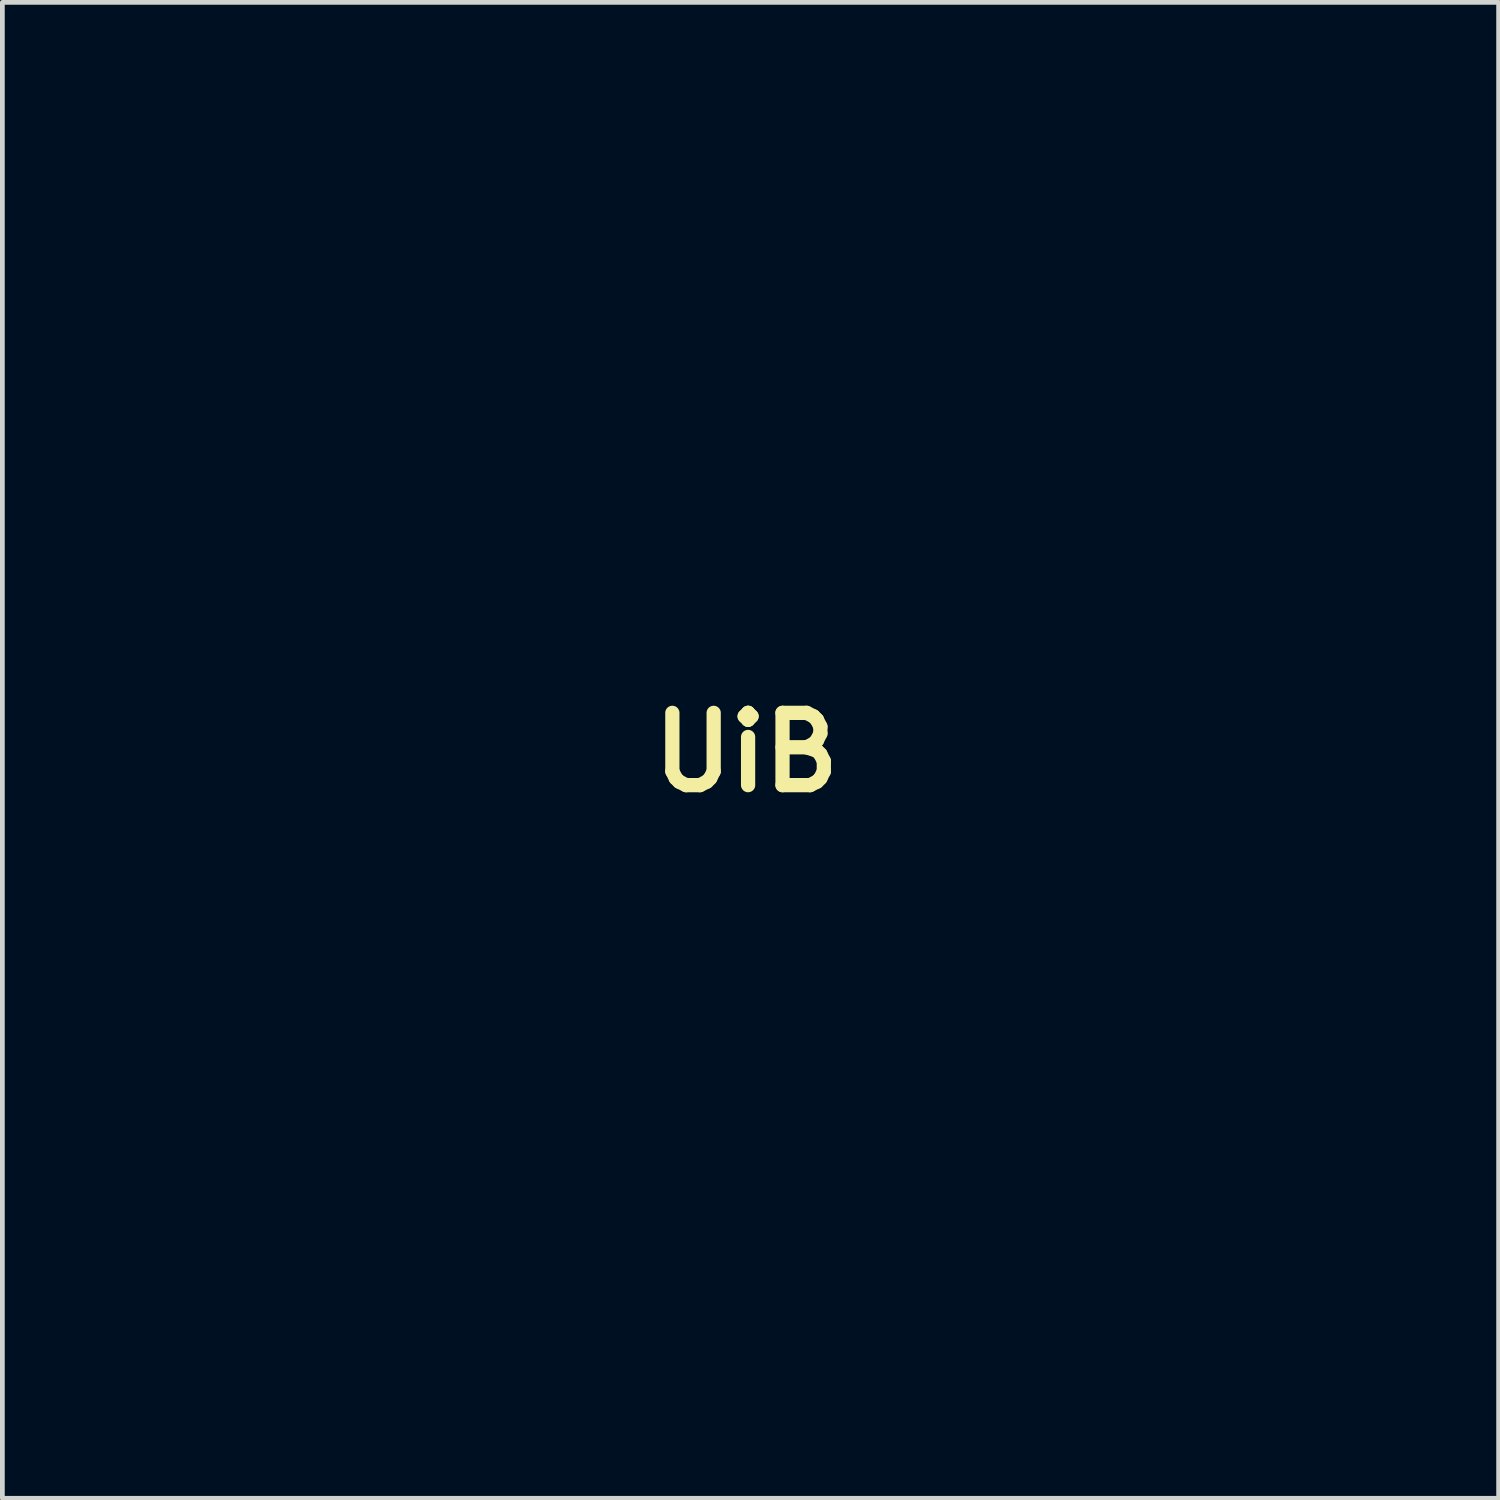
<source format=kicad_pcb>
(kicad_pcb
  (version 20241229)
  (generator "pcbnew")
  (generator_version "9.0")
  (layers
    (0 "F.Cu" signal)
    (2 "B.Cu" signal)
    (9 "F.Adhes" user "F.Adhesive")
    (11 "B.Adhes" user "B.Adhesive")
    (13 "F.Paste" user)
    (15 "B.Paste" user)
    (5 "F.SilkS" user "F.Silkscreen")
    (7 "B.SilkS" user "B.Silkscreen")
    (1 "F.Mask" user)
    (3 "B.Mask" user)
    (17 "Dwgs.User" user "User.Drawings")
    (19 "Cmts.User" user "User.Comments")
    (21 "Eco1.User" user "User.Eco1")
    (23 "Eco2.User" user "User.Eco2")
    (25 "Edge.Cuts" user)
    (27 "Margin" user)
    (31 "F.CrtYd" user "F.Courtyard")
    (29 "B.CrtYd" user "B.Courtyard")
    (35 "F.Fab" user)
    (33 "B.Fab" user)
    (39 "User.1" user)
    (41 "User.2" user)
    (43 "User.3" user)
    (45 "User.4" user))
  (footprint "UiB"
    (layer "F.Cu")
    (at 12.685 12.813)
    (property "Reference" "UiB" (at 0 0 0) (layer "F.SilkS") (effects (font (size 1.524 1.524) (thickness 0.3))))
    (attr through_hole)
    (fp_poly (pts (xy 1.82 -6.83) (xy 1.82 -6.824) (xy 1.783 -6.74) (xy 1.691 -6.663) (xy 1.587 -6.623) (xy 1.46 -6.594) (xy 1.609 -6.724) (xy 1.727 -6.82) (xy 1.796 -6.855) (xy 1.82 -6.83)) (stroke (width 0.01) (type solid)) (fill no) (layer "Eco2.User"))
    (fp_poly (pts (xy 2.879 -7.451) (xy 2.842 -7.373) (xy 2.747 -7.291) (xy 2.619 -7.222) (xy 2.553 -7.2) (xy 2.434 -7.174) (xy 2.31 -7.159) (xy 2.203 -7.155) (xy 2.137 -7.163) (xy 2.13 -7.182) (xy 2.183 -7.211) (xy 2.288 -7.255) (xy 2.359 -7.281) (xy 2.518 -7.341) (xy 2.674 -7.404) (xy 2.72 -7.424) (xy 2.819 -7.459) (xy 2.874 -7.46) (xy 2.879 -7.451)) (stroke (width 0.01) (type solid)) (fill no) (layer "Eco2.User"))
    (fp_poly (pts (xy -2.618 -7.446) (xy -2.522 -7.408) (xy -2.379 -7.369) (xy -2.269 -7.346) (xy -2.096 -7.302) (xy -1.99 -7.244) (xy -1.957 -7.206) (xy -1.926 -7.156) (xy -1.924 -7.127) (xy -1.964 -7.117) (xy -2.059 -7.125) (xy -2.222 -7.147) (xy -2.269 -7.154) (xy -2.468 -7.203) (xy -2.624 -7.279) (xy -2.718 -7.374) (xy -2.728 -7.396) (xy -2.74 -7.468) (xy -2.695 -7.48) (xy -2.618 -7.446)) (stroke (width 0.01) (type solid)) (fill no) (layer "Eco2.User"))
    (fp_poly (pts (xy 1.606 -5.695) (xy 1.607 -5.694) (xy 1.729 -5.619) (xy 1.793 -5.5) (xy 1.797 -5.358) (xy 1.741 -5.213) (xy 1.645 -5.102) (xy 1.518 -5.018) (xy 1.403 -5.002) (xy 1.273 -5.049) (xy 1.178 -5.112) (xy 1.161 -5.157) (xy 1.222 -5.176) (xy 1.292 -5.173) (xy 1.449 -5.186) (xy 1.556 -5.258) (xy 1.604 -5.37) (xy 1.582 -5.507) (xy 1.541 -5.581) (xy 1.495 -5.67) (xy 1.517 -5.708) (xy 1.606 -5.695)) (stroke (width 0.01) (type solid)) (fill no) (layer "Eco2.User"))
    (fp_poly (pts (xy -1.493 -5.661) (xy -1.506 -5.567) (xy -1.502 -5.407) (xy -1.438 -5.286) (xy -1.331 -5.215) (xy -1.199 -5.201) (xy -1.06 -5.255) (xy -0.995 -5.308) (xy -0.91 -5.378) (xy -0.871 -5.378) (xy -0.882 -5.311) (xy -0.91 -5.25) (xy -1.022 -5.103) (xy -1.164 -5.018) (xy -1.316 -5.001) (xy -1.461 -5.053) (xy -1.541 -5.126) (xy -1.624 -5.249) (xy -1.646 -5.368) (xy -1.611 -5.514) (xy -1.59 -5.568) (xy -1.536 -5.678) (xy -1.502 -5.709) (xy -1.493 -5.661)) (stroke (width 0.01) (type solid)) (fill no) (layer "Eco2.User"))
    (fp_poly (pts (xy 3.58 5.978) (xy 3.716 6.003) (xy 3.717 6.003) (xy 3.861 6.048) (xy 4.055 6.128) (xy 4.279 6.236) (xy 4.442 6.323) (xy 4.647 6.433) (xy 4.845 6.535) (xy 5.016 6.617) (xy 5.136 6.669) (xy 5.139 6.67) (xy 5.347 6.748) (xy 5.21 6.856) (xy 5.068 6.96) (xy 4.898 7.075) (xy 4.716 7.19) (xy 4.54 7.294) (xy 4.386 7.379) (xy 4.271 7.433) (xy 4.216 7.449) (xy 4.141 7.438) (xy 4.004 7.409) (xy 3.826 7.368) (xy 3.662 7.327) (xy 3.403 7.254) (xy 3.157 7.172) (xy 2.94 7.088) (xy 2.766 7.007) (xy 2.647 6.936) (xy 2.6 6.885) (xy 2.595 6.817) (xy 2.631 6.722) (xy 2.711 6.587) (xy 2.84 6.407) (xy 3.021 6.212) (xy 3.242 6.071) (xy 3.242 6.071) (xy 3.381 6.007) (xy 3.481 5.978) (xy 3.58 5.978)) (stroke (width 0.01) (type solid)) (fill no) (layer "Eco2.User"))
    (fp_poly (pts (xy 4.042 4.377) (xy 4.207 4.432) (xy 4.386 4.529) (xy 4.586 4.673) (xy 4.814 4.87) (xy 5.076 5.125) (xy 5.38 5.442) (xy 5.442 5.509) (xy 5.683 5.736) (xy 5.921 5.891) (xy 5.95 5.905) (xy 6.201 6.023) (xy 5.905 6.292) (xy 5.772 6.409) (xy 5.661 6.5) (xy 5.586 6.553) (xy 5.567 6.561) (xy 5.51 6.544) (xy 5.4 6.5) (xy 5.261 6.437) (xy 5.259 6.436) (xy 5.11 6.357) (xy 4.921 6.245) (xy 4.72 6.118) (xy 4.596 6.033) (xy 4.343 5.865) (xy 4.133 5.748) (xy 3.947 5.674) (xy 3.768 5.636) (xy 3.593 5.625) (xy 3.323 5.658) (xy 3.041 5.763) (xy 2.741 5.942) (xy 2.639 6.016) (xy 2.379 6.214) (xy 2.223 6.054) (xy 2.067 5.894) (xy 2.511 5.592) (xy 2.801 5.383) (xy 3.029 5.192) (xy 3.209 5.005) (xy 3.356 4.804) (xy 3.431 4.68) (xy 3.532 4.519) (xy 3.624 4.422) (xy 3.729 4.374) (xy 3.868 4.36) (xy 3.885 4.36) (xy 4.042 4.377)) (stroke (width 0.01) (type solid)) (fill no) (layer "Eco2.User"))
    (fp_poly (pts (xy 0.023 5.68) (xy 0.178 5.7) (xy 0.335 5.743) (xy 0.507 5.814) (xy 0.705 5.919) (xy 0.938 6.065) (xy 1.219 6.256) (xy 1.418 6.397) (xy 1.635 6.55) (xy 1.85 6.698) (xy 2.043 6.827) (xy 2.198 6.925) (xy 2.265 6.965) (xy 2.511 7.089) (xy 2.813 7.218) (xy 3.143 7.343) (xy 3.474 7.452) (xy 3.669 7.508) (xy 4.029 7.603) (xy 3.697 7.757) (xy 3.441 7.874) (xy 3.25 7.956) (xy 3.114 8.008) (xy 3.022 8.033) (xy 2.969 8.038) (xy 2.896 8.031) (xy 2.764 8.018) (xy 2.598 8.003) (xy 2.553 7.998) (xy 2.166 7.94) (xy 1.743 7.84) (xy 1.31 7.709) (xy 0.895 7.553) (xy 0.523 7.381) (xy 0.353 7.288) (xy 0.167 7.172) (xy -0.038 7.039) (xy -0.248 6.897) (xy -0.452 6.754) (xy -0.638 6.619) (xy -0.794 6.501) (xy -0.908 6.408) (xy -0.968 6.348) (xy -0.974 6.335) (xy -0.944 6.265) (xy -0.865 6.16) (xy -0.754 6.038) (xy -0.629 5.917) (xy -0.507 5.814) (xy -0.412 5.751) (xy -0.279 5.698) (xy -0.136 5.677) (xy 0.023 5.68)) (stroke (width 0.01) (type solid)) (fill no) (layer "Eco2.User"))
    (fp_poly (pts (xy -7.997 -8.527) (xy -7.99 -8.481) (xy -8.027 -8.401) (xy -8.072 -8.284) (xy -8.07 -8.2) (xy -8.035 -8.148) (xy -7.948 -8.049) (xy -7.821 -7.914) (xy -7.663 -7.753) (xy -7.486 -7.576) (xy -7.298 -7.394) (xy -7.112 -7.215) (xy -6.936 -7.051) (xy -6.782 -6.91) (xy -6.66 -6.804) (xy -6.58 -6.743) (xy -6.556 -6.731) (xy -6.491 -6.751) (xy -6.395 -6.8) (xy -6.39 -6.803) (xy -6.287 -6.854) (xy -6.245 -6.851) (xy -6.263 -6.797) (xy -6.338 -6.696) (xy -6.47 -6.551) (xy -6.565 -6.453) (xy -6.706 -6.316) (xy -6.826 -6.208) (xy -6.912 -6.138) (xy -6.951 -6.119) (xy -6.952 -6.119) (xy -6.949 -6.168) (xy -6.909 -6.26) (xy -6.889 -6.296) (xy -6.8 -6.447) (xy -7.553 -7.182) (xy -7.82 -7.439) (xy -8.04 -7.643) (xy -8.211 -7.793) (xy -8.329 -7.884) (xy -8.393 -7.916) (xy -8.393 -7.916) (xy -8.493 -7.889) (xy -8.56 -7.845) (xy -8.637 -7.802) (xy -8.677 -7.814) (xy -8.665 -7.857) (xy -8.605 -7.942) (xy -8.509 -8.055) (xy -8.394 -8.182) (xy -8.271 -8.307) (xy -8.157 -8.416) (xy -8.063 -8.495) (xy -8.005 -8.528) (xy -7.997 -8.527)) (stroke (width 0.01) (type solid)) (fill no) (layer "Eco2.User"))
    (fp_poly (pts (xy 5.821 -10.279) (xy 5.926 -10.234) (xy 6.079 -10.152) (xy 6.225 -10.066) (xy 6.407 -9.95) (xy 6.535 -9.856) (xy 6.603 -9.793) (xy 6.61 -9.768) (xy 6.542 -9.755) (xy 6.48 -9.777) (xy 6.376 -9.806) (xy 6.309 -9.801) (xy 6.269 -9.76) (xy 6.193 -9.659) (xy 6.088 -9.51) (xy 5.964 -9.325) (xy 5.828 -9.116) (xy 5.687 -8.895) (xy 5.55 -8.676) (xy 5.424 -8.469) (xy 5.318 -8.288) (xy 5.238 -8.144) (xy 5.203 -8.074) (xy 5.175 -7.991) (xy 5.19 -7.927) (xy 5.259 -7.844) (xy 5.267 -7.836) (xy 5.343 -7.745) (xy 5.353 -7.703) (xy 5.297 -7.709) (xy 5.178 -7.763) (xy 4.999 -7.865) (xy 4.911 -7.918) (xy 4.697 -8.055) (xy 4.558 -8.156) (xy 4.493 -8.221) (xy 4.499 -8.252) (xy 4.524 -8.255) (xy 4.593 -8.239) (xy 4.675 -8.206) (xy 4.722 -8.186) (xy 4.764 -8.176) (xy 4.805 -8.183) (xy 4.852 -8.215) (xy 4.91 -8.279) (xy 4.984 -8.381) (xy 5.081 -8.529) (xy 5.206 -8.728) (xy 5.364 -8.988) (xy 5.532 -9.265) (xy 5.66 -9.48) (xy 5.77 -9.677) (xy 5.856 -9.842) (xy 5.911 -9.96) (xy 5.927 -10.014) (xy 5.894 -10.114) (xy 5.837 -10.175) (xy 5.78 -10.237) (xy 5.775 -10.281) (xy 5.821 -10.279)) (stroke (width 0.01) (type solid)) (fill no) (layer "Eco2.User"))
    (fp_poly (pts (xy 7.955 4.931) (xy 7.946 5.007) (xy 7.912 5.095) (xy 7.888 5.217) (xy 7.904 5.269) (xy 7.953 5.319) (xy 8.059 5.406) (xy 8.211 5.522) (xy 8.396 5.659) (xy 8.602 5.807) (xy 8.817 5.959) (xy 9.029 6.105) (xy 9.227 6.238) (xy 9.398 6.35) (xy 9.53 6.431) (xy 9.611 6.473) (xy 9.627 6.477) (xy 9.717 6.449) (xy 9.804 6.389) (xy 9.883 6.325) (xy 9.916 6.324) (xy 9.903 6.38) (xy 9.848 6.487) (xy 9.753 6.638) (xy 9.666 6.765) (xy 9.521 6.96) (xy 9.414 7.088) (xy 9.346 7.149) (xy 9.319 7.14) (xy 9.333 7.059) (xy 9.333 7.059) (xy 9.359 6.976) (xy 9.374 6.908) (xy 9.372 6.849) (xy 9.344 6.788) (xy 9.284 6.719) (xy 9.185 6.633) (xy 9.039 6.522) (xy 8.839 6.377) (xy 8.578 6.191) (xy 8.57 6.185) (xy 8.309 6.001) (xy 8.078 5.845) (xy 7.887 5.721) (xy 7.742 5.635) (xy 7.654 5.592) (xy 7.637 5.588) (xy 7.54 5.621) (xy 7.475 5.682) (xy 7.411 5.742) (xy 7.37 5.734) (xy 7.38 5.689) (xy 7.429 5.593) (xy 7.507 5.463) (xy 7.601 5.318) (xy 7.702 5.174) (xy 7.796 5.047) (xy 7.873 4.956) (xy 7.919 4.918) (xy 7.955 4.931)) (stroke (width 0.01) (type solid)) (fill no) (layer "Eco2.User"))
    (fp_poly (pts (xy -3.071 4.409) (xy -2.96 4.432) (xy -2.864 4.486) (xy -2.762 4.581) (xy -2.634 4.731) (xy -2.603 4.769) (xy -2.367 5.044) (xy -2.109 5.31) (xy -1.851 5.547) (xy -1.612 5.738) (xy -1.546 5.783) (xy -1.424 5.869) (xy -1.362 5.927) (xy -1.349 5.974) (xy -1.366 6.013) (xy -1.4 6.057) (xy -1.442 6.062) (xy -1.516 6.027) (xy -1.585 5.984) (xy -1.801 5.857) (xy -1.977 5.772) (xy -2.139 5.723) (xy -2.316 5.7) (xy -2.519 5.695) (xy -2.715 5.698) (xy -2.856 5.712) (xy -2.971 5.743) (xy -3.09 5.795) (xy -3.133 5.816) (xy -3.475 6.019) (xy -3.804 6.267) (xy -4.135 6.575) (xy -4.264 6.708) (xy -4.408 6.859) (xy -4.533 6.984) (xy -4.627 7.072) (xy -4.678 7.111) (xy -4.681 7.112) (xy -4.73 7.088) (xy -4.829 7.024) (xy -4.961 6.931) (xy -5.038 6.874) (xy -5.266 6.699) (xy -5.468 6.535) (xy -5.636 6.39) (xy -5.76 6.274) (xy -5.83 6.194) (xy -5.843 6.166) (xy -5.813 6.117) (xy -5.731 6.022) (xy -5.606 5.894) (xy -5.452 5.741) (xy -5.278 5.575) (xy -5.095 5.406) (xy -4.916 5.245) (xy -4.75 5.102) (xy -4.609 4.988) (xy -4.587 4.971) (xy -4.215 4.718) (xy -3.867 4.542) (xy -3.537 4.438) (xy -3.218 4.404) (xy -3.217 4.404) (xy -3.071 4.409)) (stroke (width 0.01) (type solid)) (fill no) (layer "Eco2.User"))
    (fp_poly (pts (xy -2.277 6.126) (xy -2.149 6.142) (xy -2.017 6.174) (xy -1.874 6.229) (xy -1.708 6.31) (xy -1.51 6.422) (xy -1.269 6.569) (xy -0.978 6.757) (xy -0.705 6.937) (xy -0.451 7.104) (xy -0.205 7.264) (xy 0.021 7.408) (xy 0.21 7.527) (xy 0.35 7.613) (xy 0.396 7.639) (xy 0.639 7.757) (xy 0.939 7.875) (xy 1.272 7.985) (xy 1.609 8.078) (xy 1.925 8.146) (xy 1.947 8.149) (xy 2.125 8.18) (xy 2.272 8.206) (xy 2.368 8.224) (xy 2.392 8.229) (xy 2.38 8.244) (xy 2.299 8.271) (xy 2.164 8.306) (xy 1.989 8.345) (xy 1.789 8.387) (xy 1.579 8.428) (xy 1.373 8.464) (xy 1.219 8.488) (xy 1.047 8.506) (xy 0.816 8.521) (xy 0.547 8.533) (xy 0.257 8.542) (xy -0.035 8.546) (xy -0.309 8.546) (xy -0.547 8.542) (xy -0.73 8.532) (xy -0.804 8.524) (xy -0.898 8.511) (xy -1.045 8.489) (xy -1.214 8.465) (xy -1.228 8.463) (xy -1.772 8.36) (xy -2.347 8.207) (xy -2.924 8.011) (xy -3.474 7.784) (xy -3.7 7.676) (xy -3.88 7.585) (xy -4.032 7.508) (xy -4.138 7.453) (xy -4.185 7.427) (xy -4.186 7.426) (xy -4.174 7.384) (xy -4.115 7.293) (xy -4.022 7.168) (xy -3.906 7.023) (xy -3.777 6.87) (xy -3.647 6.725) (xy -3.527 6.601) (xy -3.494 6.569) (xy -3.232 6.357) (xy -2.97 6.218) (xy -2.687 6.143) (xy -2.413 6.122) (xy -2.277 6.126)) (stroke (width 0.01) (type solid)) (fill no) (layer "Eco2.User"))
    (fp_poly (pts (xy 3.675 -11.28) (xy 3.942 -11.188) (xy 3.976 -11.171) (xy 4.114 -11.1) (xy 4.191 -11.049) (xy 4.222 -11.001) (xy 4.222 -10.936) (xy 4.214 -10.885) (xy 4.182 -10.725) (xy 4.151 -10.632) (xy 4.116 -10.59) (xy 4.082 -10.583) (xy 4.035 -10.622) (xy 4.022 -10.722) (xy 3.983 -10.894) (xy 3.877 -11.037) (xy 3.721 -11.136) (xy 3.532 -11.176) (xy 3.519 -11.176) (xy 3.364 -11.16) (xy 3.263 -11.102) (xy 3.195 -11.004) (xy 3.139 -10.866) (xy 3.127 -10.736) (xy 3.163 -10.6) (xy 3.252 -10.442) (xy 3.398 -10.249) (xy 3.458 -10.177) (xy 3.646 -9.918) (xy 3.76 -9.677) (xy 3.798 -9.458) (xy 3.791 -9.384) (xy 3.717 -9.143) (xy 3.584 -8.959) (xy 3.4 -8.836) (xy 3.173 -8.778) (xy 2.911 -8.789) (xy 2.749 -8.828) (xy 2.595 -8.895) (xy 2.44 -8.992) (xy 2.394 -9.028) (xy 2.231 -9.169) (xy 2.269 -9.418) (xy 2.303 -9.581) (xy 2.34 -9.665) (xy 2.377 -9.668) (xy 2.41 -9.589) (xy 2.431 -9.477) (xy 2.489 -9.277) (xy 2.596 -9.114) (xy 2.736 -8.995) (xy 2.897 -8.924) (xy 3.062 -8.908) (xy 3.218 -8.951) (xy 3.351 -9.06) (xy 3.386 -9.111) (xy 3.454 -9.258) (xy 3.468 -9.405) (xy 3.426 -9.564) (xy 3.323 -9.747) (xy 3.158 -9.968) (xy 3.131 -10) (xy 2.954 -10.245) (xy 2.844 -10.473) (xy 2.804 -10.675) (xy 2.81 -10.761) (xy 2.889 -10.985) (xy 3.024 -11.151) (xy 3.206 -11.258) (xy 3.426 -11.302) (xy 3.675 -11.28)) (stroke (width 0.01) (type solid)) (fill no) (layer "Eco2.User"))
    (fp_poly (pts (xy 11.329 -2.289) (xy 11.502 -2.179) (xy 11.643 -2.014) (xy 11.744 -1.806) (xy 11.796 -1.57) (xy 11.79 -1.321) (xy 11.766 -1.21) (xy 11.72 -1.138) (xy 11.634 -1.09) (xy 11.487 -1.05) (xy 11.441 -1.039) (xy 11.337 -1.036) (xy 11.299 -1.072) (xy 11.331 -1.13) (xy 11.407 -1.177) (xy 11.547 -1.281) (xy 11.622 -1.438) (xy 11.632 -1.649) (xy 11.632 -1.655) (xy 11.588 -1.849) (xy 11.498 -1.977) (xy 11.354 -2.046) (xy 11.3 -2.057) (xy 11.156 -2.057) (xy 11.03 -2.005) (xy 10.912 -1.892) (xy 10.794 -1.711) (xy 10.694 -1.513) (xy 10.604 -1.332) (xy 10.512 -1.169) (xy 10.433 -1.046) (xy 10.399 -1.003) (xy 10.208 -0.857) (xy 9.987 -0.779) (xy 9.756 -0.774) (xy 9.583 -0.823) (xy 9.413 -0.941) (xy 9.277 -1.124) (xy 9.186 -1.356) (xy 9.145 -1.621) (xy 9.144 -1.676) (xy 9.155 -1.877) (xy 9.194 -2.014) (xy 9.271 -2.107) (xy 9.395 -2.174) (xy 9.396 -2.174) (xy 9.559 -2.228) (xy 9.671 -2.244) (xy 9.726 -2.226) (xy 9.716 -2.179) (xy 9.635 -2.105) (xy 9.583 -2.071) (xy 9.433 -1.941) (xy 9.337 -1.781) (xy 9.292 -1.606) (xy 9.297 -1.433) (xy 9.35 -1.276) (xy 9.448 -1.151) (xy 9.589 -1.075) (xy 9.711 -1.058) (xy 9.873 -1.076) (xy 10.006 -1.134) (xy 10.123 -1.244) (xy 10.237 -1.418) (xy 10.327 -1.594) (xy 10.479 -1.88) (xy 10.628 -2.089) (xy 10.784 -2.228) (xy 10.953 -2.306) (xy 11.134 -2.328) (xy 11.329 -2.289)) (stroke (width 0.01) (type solid)) (fill no) (layer "Eco2.User"))
    (fp_poly (pts (xy 9.19 2.645) (xy 9.284 2.67) (xy 9.395 2.716) (xy 9.423 2.763) (xy 9.372 2.806) (xy 9.242 2.838) (xy 9.234 2.839) (xy 9.043 2.903) (xy 8.903 3.027) (xy 8.825 3.202) (xy 8.82 3.228) (xy 8.812 3.424) (xy 8.863 3.566) (xy 8.978 3.663) (xy 8.982 3.666) (xy 9.14 3.716) (xy 9.309 3.705) (xy 9.5 3.627) (xy 9.725 3.482) (xy 9.726 3.481) (xy 9.935 3.332) (xy 10.099 3.231) (xy 10.235 3.17) (xy 10.361 3.14) (xy 10.48 3.133) (xy 10.718 3.167) (xy 10.909 3.263) (xy 11.05 3.411) (xy 11.137 3.6) (xy 11.168 3.82) (xy 11.141 4.061) (xy 11.05 4.312) (xy 10.897 4.56) (xy 10.83 4.639) (xy 10.764 4.679) (xy 10.675 4.687) (xy 10.538 4.668) (xy 10.466 4.654) (xy 10.345 4.626) (xy 10.259 4.6) (xy 10.243 4.592) (xy 10.214 4.549) (xy 10.254 4.511) (xy 10.349 4.489) (xy 10.397 4.487) (xy 10.623 4.451) (xy 10.813 4.349) (xy 10.955 4.193) (xy 11.032 3.995) (xy 11.031 3.803) (xy 10.96 3.646) (xy 10.825 3.534) (xy 10.637 3.477) (xy 10.548 3.471) (xy 10.428 3.487) (xy 10.3 3.539) (xy 10.137 3.639) (xy 10.12 3.651) (xy 9.866 3.821) (xy 9.664 3.941) (xy 9.501 4.016) (xy 9.362 4.05) (xy 9.235 4.047) (xy 9.106 4.012) (xy 9.042 3.985) (xy 8.854 3.861) (xy 8.731 3.69) (xy 8.675 3.479) (xy 8.687 3.237) (xy 8.77 2.974) (xy 8.812 2.885) (xy 8.896 2.735) (xy 8.971 2.653) (xy 9.061 2.627) (xy 9.19 2.645)) (stroke (width 0.01) (type solid)) (fill no) (layer "Eco2.User"))
    (fp_poly (pts (xy 6.653 6.778) (xy 6.756 6.875) (xy 6.81 6.954) (xy 6.811 7.005) (xy 6.755 7.015) (xy 6.72 7.006) (xy 6.475 6.956) (xy 6.266 6.975) (xy 6.101 7.061) (xy 5.985 7.212) (xy 5.983 7.215) (xy 5.938 7.39) (xy 5.977 7.555) (xy 6.08 7.692) (xy 6.187 7.8) (xy 6.771 7.77) (xy 7.008 7.759) (xy 7.178 7.754) (xy 7.299 7.758) (xy 7.387 7.772) (xy 7.461 7.796) (xy 7.526 7.827) (xy 7.716 7.956) (xy 7.834 8.119) (xy 7.889 8.33) (xy 7.895 8.452) (xy 7.889 8.61) (xy 7.865 8.719) (xy 7.81 8.816) (xy 7.764 8.875) (xy 7.595 9.051) (xy 7.4 9.198) (xy 7.208 9.296) (xy 7.165 9.311) (xy 7.083 9.327) (xy 7.011 9.315) (xy 6.924 9.265) (xy 6.812 9.179) (xy 6.686 9.069) (xy 6.633 8.995) (xy 6.637 8.967) (xy 6.71 8.953) (xy 6.8 8.987) (xy 7.005 9.068) (xy 7.187 9.08) (xy 7.373 9.028) (xy 7.382 9.024) (xy 7.565 8.907) (xy 7.677 8.759) (xy 7.718 8.596) (xy 7.688 8.432) (xy 7.588 8.282) (xy 7.416 8.161) (xy 7.378 8.144) (xy 7.295 8.117) (xy 7.193 8.106) (xy 7.052 8.111) (xy 6.851 8.13) (xy 6.828 8.133) (xy 6.553 8.155) (xy 6.341 8.149) (xy 6.175 8.11) (xy 6.038 8.035) (xy 5.925 7.936) (xy 5.844 7.845) (xy 5.8 7.764) (xy 5.782 7.662) (xy 5.779 7.516) (xy 5.784 7.357) (xy 5.807 7.247) (xy 5.857 7.152) (xy 5.909 7.084) (xy 6.021 6.969) (xy 6.169 6.85) (xy 6.265 6.785) (xy 6.49 6.649) (xy 6.653 6.778)) (stroke (width 0.01) (type solid)) (fill no) (layer "Eco2.User"))
    (fp_poly (pts (xy 7.994 -5.131) (xy 8.062 -5.065) (xy 8.192 -4.973) (xy 8.306 -4.953) (xy 8.414 -4.957) (xy 8.588 -4.967) (xy 8.813 -4.982) (xy 9.07 -5.001) (xy 9.344 -5.022) (xy 9.617 -5.044) (xy 9.873 -5.066) (xy 10.096 -5.087) (xy 10.268 -5.104) (xy 10.374 -5.118) (xy 10.376 -5.118) (xy 10.533 -5.131) (xy 10.634 -5.104) (xy 10.647 -5.096) (xy 10.729 -5.044) (xy 10.769 -5.025) (xy 10.752 -4.993) (xy 10.681 -4.909) (xy 10.563 -4.782) (xy 10.405 -4.617) (xy 10.213 -4.424) (xy 9.996 -4.208) (xy 9.912 -4.126) (xy 9.008 -3.242) (xy 9.028 -3.06) (xy 9.034 -2.933) (xy 9.013 -2.885) (xy 8.966 -2.917) (xy 8.894 -3.028) (xy 8.798 -3.218) (xy 8.767 -3.282) (xy 8.684 -3.473) (xy 8.633 -3.616) (xy 8.615 -3.704) (xy 8.63 -3.731) (xy 8.68 -3.691) (xy 8.717 -3.646) (xy 8.768 -3.593) (xy 8.822 -3.577) (xy 8.892 -3.604) (xy 8.99 -3.68) (xy 9.127 -3.811) (xy 9.199 -3.884) (xy 9.444 -4.134) (xy 9.284 -4.47) (xy 9.123 -4.805) (xy 8.825 -4.793) (xy 8.654 -4.782) (xy 8.499 -4.765) (xy 8.401 -4.746) (xy 8.315 -4.711) (xy 8.286 -4.649) (xy 8.287 -4.575) (xy 8.285 -4.476) (xy 8.256 -4.456) (xy 8.203 -4.512) (xy 8.127 -4.644) (xy 8.054 -4.797) (xy 8.044 -4.819) (xy 9.313 -4.819) (xy 9.332 -4.758) (xy 9.378 -4.654) (xy 9.441 -4.53) (xy 9.506 -4.41) (xy 9.563 -4.318) (xy 9.599 -4.276) (xy 9.601 -4.276) (xy 9.641 -4.304) (xy 9.728 -4.381) (xy 9.847 -4.495) (xy 9.97 -4.619) (xy 10.308 -4.962) (xy 10.118 -4.938) (xy 9.975 -4.921) (xy 9.789 -4.902) (xy 9.62 -4.885) (xy 9.471 -4.867) (xy 9.362 -4.844) (xy 9.314 -4.822) (xy 9.313 -4.819) (xy 8.044 -4.819) (xy 7.974 -4.984) (xy 7.937 -5.103) (xy 7.944 -5.153) (xy 7.994 -5.131)) (stroke (width 0.01) (type solid)) (fill no) (layer "Eco2.User"))
    (fp_poly (pts (xy -4.972 -10.68) (xy -4.973 -10.646) (xy -5.039 -10.582) (xy -5.042 -10.58) (xy -5.098 -10.528) (xy -5.127 -10.464) (xy -5.136 -10.361) (xy -5.133 -10.236) (xy -5.12 -10.063) (xy -5.095 -9.824) (xy -5.059 -9.54) (xy -5.015 -9.228) (xy -4.967 -8.908) (xy -4.916 -8.597) (xy -4.865 -8.314) (xy -4.863 -8.307) (xy -4.822 -8.063) (xy -4.808 -7.896) (xy -4.821 -7.804) (xy -4.862 -7.783) (xy -4.932 -7.831) (xy -4.972 -7.871) (xy -5.025 -7.917) (xy -5.138 -8.005) (xy -5.3 -8.127) (xy -5.501 -8.275) (xy -5.732 -8.443) (xy -5.974 -8.618) (xy -6.252 -8.816) (xy -6.47 -8.97) (xy -6.638 -9.085) (xy -6.764 -9.167) (xy -6.858 -9.22) (xy -6.928 -9.25) (xy -6.985 -9.263) (xy -7.036 -9.263) (xy -7.071 -9.259) (xy -7.193 -9.254) (xy -7.237 -9.281) (xy -7.237 -9.286) (xy -7.204 -9.322) (xy -7.116 -9.39) (xy -6.991 -9.477) (xy -6.849 -9.572) (xy -6.707 -9.662) (xy -6.583 -9.734) (xy -6.509 -9.772) (xy -6.478 -9.763) (xy -6.484 -9.708) (xy -6.522 -9.634) (xy -6.546 -9.603) (xy -6.576 -9.565) (xy -6.587 -9.527) (xy -6.57 -9.483) (xy -6.518 -9.425) (xy -6.424 -9.345) (xy -6.281 -9.235) (xy -6.081 -9.089) (xy -5.931 -8.981) (xy -5.666 -8.79) (xy -5.461 -8.644) (xy -5.309 -8.536) (xy -5.201 -8.462) (xy -5.131 -8.416) (xy -5.088 -8.392) (xy -5.067 -8.385) (xy -5.06 -8.388) (xy -5.062 -8.432) (xy -5.077 -8.544) (xy -5.101 -8.711) (xy -5.132 -8.916) (xy -5.169 -9.146) (xy -5.208 -9.386) (xy -5.247 -9.62) (xy -5.284 -9.834) (xy -5.317 -10.014) (xy -5.342 -10.144) (xy -5.357 -10.207) (xy -5.39 -10.261) (xy -5.457 -10.273) (xy -5.528 -10.262) (xy -5.636 -10.256) (xy -5.671 -10.284) (xy -5.632 -10.337) (xy -5.535 -10.398) (xy -5.415 -10.466) (xy -5.273 -10.554) (xy -5.217 -10.592) (xy -5.108 -10.654) (xy -5.022 -10.683) (xy -4.972 -10.68)) (stroke (width 0.01) (type solid)) (fill no) (layer "Eco2.User"))
    (fp_poly (pts (xy -2.759 8.709) (xy -2.407 8.806) (xy -2.103 8.947) (xy -1.857 9.081) (xy -1.884 9.271) (xy -1.914 9.46) (xy -1.942 9.577) (xy -1.972 9.633) (xy -2.005 9.64) (xy -2.04 9.592) (xy -2.07 9.49) (xy -2.077 9.447) (xy -2.114 9.302) (xy -2.173 9.173) (xy -2.185 9.154) (xy -2.328 9.02) (xy -2.529 8.913) (xy -2.763 8.841) (xy -3.008 8.81) (xy -3.237 8.826) (xy -3.325 8.848) (xy -3.542 8.962) (xy -3.725 9.14) (xy -3.87 9.366) (xy -3.973 9.626) (xy -4.031 9.904) (xy -4.038 10.184) (xy -3.991 10.452) (xy -3.886 10.692) (xy -3.837 10.763) (xy -3.679 10.921) (xy -3.477 11.053) (xy -3.26 11.143) (xy -3.064 11.175) (xy -2.948 11.168) (xy -2.87 11.134) (xy -2.812 11.057) (xy -2.756 10.92) (xy -2.736 10.862) (xy -2.686 10.693) (xy -2.674 10.581) (xy -2.704 10.504) (xy -2.782 10.444) (xy -2.836 10.414) (xy -2.938 10.354) (xy -2.999 10.301) (xy -3.006 10.286) (xy -3.003 10.262) (xy -2.985 10.251) (xy -2.941 10.256) (xy -2.856 10.278) (xy -2.718 10.322) (xy -2.515 10.389) (xy -2.487 10.398) (xy -2.273 10.473) (xy -2.138 10.531) (xy -2.079 10.575) (xy -2.091 10.606) (xy -2.173 10.629) (xy -2.201 10.633) (xy -2.264 10.654) (xy -2.315 10.71) (xy -2.366 10.819) (xy -2.405 10.922) (xy -2.453 11.076) (xy -2.481 11.21) (xy -2.485 11.292) (xy -2.482 11.353) (xy -2.518 11.379) (xy -2.613 11.385) (xy -2.641 11.384) (xy -2.779 11.373) (xy -2.954 11.347) (xy -3.085 11.322) (xy -3.472 11.205) (xy -3.804 11.037) (xy -4.073 10.82) (xy -4.275 10.559) (xy -4.321 10.474) (xy -4.38 10.333) (xy -4.411 10.19) (xy -4.421 10.01) (xy -4.421 9.948) (xy -4.381 9.612) (xy -4.268 9.319) (xy -4.083 9.071) (xy -3.83 8.87) (xy -3.718 8.808) (xy -3.561 8.737) (xy -3.426 8.697) (xy -3.273 8.681) (xy -3.134 8.678) (xy -2.759 8.709)) (stroke (width 0.01) (type solid)) (fill no) (layer "Eco2.User"))
    (fp_poly (pts (xy -11.19 -3.392) (xy -11.176 -3.3) (xy -11.176 -3.282) (xy -11.155 -3.157) (xy -11.09 -3.09) (xy -11.021 -3.067) (xy -10.885 -3.031) (xy -10.697 -2.988) (xy -10.473 -2.94) (xy -10.297 -2.904) (xy -9.964 -2.834) (xy -9.703 -2.77) (xy -9.503 -2.705) (xy -9.349 -2.635) (xy -9.231 -2.556) (xy -9.136 -2.463) (xy -9.129 -2.455) (xy -9.007 -2.247) (xy -8.947 -1.996) (xy -8.951 -1.719) (xy -9.019 -1.431) (xy -9.072 -1.298) (xy -9.2 -1.087) (xy -9.367 -0.944) (xy -9.588 -0.857) (xy -9.624 -0.848) (xy -9.718 -0.832) (xy -9.824 -0.826) (xy -9.954 -0.831) (xy -10.121 -0.848) (xy -10.336 -0.879) (xy -10.611 -0.925) (xy -10.908 -0.977) (xy -11.107 -1.009) (xy -11.283 -1.031) (xy -11.414 -1.04) (xy -11.476 -1.036) (xy -11.549 -0.974) (xy -11.585 -0.886) (xy -11.62 -0.788) (xy -11.664 -0.763) (xy -11.699 -0.795) (xy -11.702 -0.85) (xy -11.689 -0.963) (xy -11.664 -1.112) (xy -11.662 -1.123) (xy -11.629 -1.299) (xy -11.598 -1.466) (xy -11.579 -1.577) (xy -11.549 -1.693) (xy -11.513 -1.731) (xy -11.481 -1.689) (xy -11.464 -1.598) (xy -11.426 -1.476) (xy -11.345 -1.411) (xy -11.242 -1.377) (xy -11.075 -1.338) (xy -10.862 -1.297) (xy -10.624 -1.257) (xy -10.378 -1.22) (xy -10.145 -1.19) (xy -9.942 -1.17) (xy -9.79 -1.162) (xy -9.723 -1.165) (xy -9.48 -1.24) (xy -9.297 -1.374) (xy -9.174 -1.569) (xy -9.122 -1.746) (xy -9.114 -1.994) (xy -9.183 -2.213) (xy -9.326 -2.398) (xy -9.536 -2.538) (xy -9.623 -2.575) (xy -9.799 -2.628) (xy -10.033 -2.682) (xy -10.298 -2.731) (xy -10.567 -2.772) (xy -10.815 -2.799) (xy -10.943 -2.806) (xy -11.085 -2.809) (xy -11.168 -2.797) (xy -11.216 -2.761) (xy -11.255 -2.691) (xy -11.261 -2.678) (xy -11.311 -2.588) (xy -11.351 -2.542) (xy -11.356 -2.541) (xy -11.378 -2.556) (xy -11.385 -2.612) (xy -11.376 -2.72) (xy -11.351 -2.892) (xy -11.324 -3.048) (xy -11.296 -3.211) (xy -11.274 -3.338) (xy -11.262 -3.41) (xy -11.261 -3.418) (xy -11.228 -3.429) (xy -11.218 -3.429) (xy -11.19 -3.392)) (stroke (width 0.01) (type solid)) (fill no) (layer "Eco2.User"))
    (fp_poly (pts (xy 8.089 -8.831) (xy 8.105 -8.778) (xy 8.114 -8.733) (xy 8.138 -8.68) (xy 8.183 -8.612) (xy 8.256 -8.52) (xy 8.364 -8.397) (xy 8.512 -8.234) (xy 8.707 -8.025) (xy 8.899 -7.821) (xy 9.102 -7.61) (xy 9.274 -7.441) (xy 9.408 -7.319) (xy 9.498 -7.251) (xy 9.529 -7.239) (xy 9.595 -7.221) (xy 9.61 -7.197) (xy 9.58 -7.156) (xy 9.571 -7.154) (xy 9.52 -7.13) (xy 9.425 -7.066) (xy 9.319 -6.986) (xy 9.186 -6.891) (xy 9.104 -6.858) (xy 9.077 -6.885) (xy 9.106 -6.972) (xy 9.129 -7.015) (xy 9.176 -7.152) (xy 9.173 -7.241) (xy 9.137 -7.315) (xy 9.064 -7.422) (xy 8.97 -7.543) (xy 8.873 -7.658) (xy 8.788 -7.746) (xy 8.731 -7.788) (xy 8.726 -7.789) (xy 8.683 -7.761) (xy 8.59 -7.684) (xy 8.456 -7.567) (xy 8.294 -7.42) (xy 8.111 -7.253) (xy 7.92 -7.075) (xy 7.73 -6.896) (xy 7.552 -6.726) (xy 7.396 -6.575) (xy 7.273 -6.451) (xy 7.192 -6.365) (xy 7.166 -6.331) (xy 7.138 -6.249) (xy 7.162 -6.174) (xy 7.198 -6.126) (xy 7.265 -6.03) (xy 7.275 -5.982) (xy 7.229 -5.97) (xy 7.228 -5.97) (xy 7.18 -6) (xy 7.089 -6.081) (xy 6.968 -6.199) (xy 6.847 -6.326) (xy 6.683 -6.509) (xy 6.577 -6.639) (xy 6.526 -6.723) (xy 6.527 -6.765) (xy 6.555 -6.773) (xy 6.607 -6.745) (xy 6.668 -6.689) (xy 6.758 -6.624) (xy 6.835 -6.604) (xy 6.888 -6.631) (xy 6.992 -6.708) (xy 7.135 -6.823) (xy 7.308 -6.968) (xy 7.499 -7.134) (xy 7.697 -7.31) (xy 7.894 -7.488) (xy 8.077 -7.658) (xy 8.236 -7.81) (xy 8.361 -7.935) (xy 8.441 -8.024) (xy 8.467 -8.066) (xy 8.438 -8.117) (xy 8.361 -8.207) (xy 8.253 -8.318) (xy 8.231 -8.339) (xy 8.109 -8.451) (xy 8.023 -8.516) (xy 7.95 -8.545) (xy 7.863 -8.548) (xy 7.785 -8.541) (xy 7.661 -8.536) (xy 7.575 -8.543) (xy 7.555 -8.553) (xy 7.579 -8.586) (xy 7.657 -8.645) (xy 7.765 -8.715) (xy 7.883 -8.783) (xy 7.987 -8.836) (xy 8.047 -8.858) (xy 8.089 -8.831)) (stroke (width 0.01) (type solid)) (fill no) (layer "Eco2.User"))
    (fp_poly (pts (xy 0.862 9.345) (xy 0.884 9.529) (xy 0.883 9.659) (xy 0.862 9.728) (xy 0.825 9.728) (xy 0.773 9.654) (xy 0.748 9.599) (xy 0.692 9.486) (xy 0.624 9.411) (xy 0.527 9.367) (xy 0.383 9.345) (xy 0.173 9.338) (xy 0.156 9.338) (xy -0.233 9.335) (xy -0.233 10.308) (xy 0.052 10.321) (xy 0.262 10.319) (xy 0.401 10.291) (xy 0.482 10.23) (xy 0.516 10.132) (xy 0.516 10.132) (xy 0.543 10.042) (xy 0.582 10.001) (xy 0.608 10.014) (xy 0.624 10.082) (xy 0.633 10.215) (xy 0.635 10.393) (xy 0.632 10.592) (xy 0.622 10.717) (xy 0.604 10.777) (xy 0.583 10.785) (xy 0.535 10.734) (xy 0.507 10.665) (xy 0.442 10.555) (xy 0.308 10.489) (xy 0.104 10.465) (xy 0.021 10.467) (xy -0.233 10.477) (xy -0.233 10.957) (xy -0.231 11.193) (xy -0.216 11.357) (xy -0.178 11.463) (xy -0.102 11.522) (xy 0.022 11.549) (xy 0.207 11.557) (xy 0.33 11.557) (xy 0.517 11.556) (xy 0.64 11.549) (xy 0.72 11.531) (xy 0.779 11.496) (xy 0.837 11.44) (xy 0.849 11.428) (xy 0.932 11.326) (xy 0.989 11.233) (xy 0.996 11.216) (xy 1.04 11.144) (xy 1.095 11.144) (xy 1.118 11.17) (xy 1.118 11.227) (xy 1.093 11.338) (xy 1.054 11.465) (xy 0.967 11.723) (xy 0.018 11.714) (xy -0.306 11.71) (xy -0.553 11.704) (xy -0.731 11.696) (xy -0.848 11.685) (xy -0.912 11.67) (xy -0.931 11.652) (xy -0.895 11.611) (xy -0.834 11.599) (xy -0.72 11.574) (xy -0.654 11.539) (xy -0.627 11.515) (xy -0.607 11.478) (xy -0.591 11.418) (xy -0.58 11.324) (xy -0.572 11.184) (xy -0.566 10.989) (xy -0.561 10.728) (xy -0.558 10.512) (xy -0.555 10.16) (xy -0.556 9.883) (xy -0.563 9.673) (xy -0.577 9.521) (xy -0.6 9.418) (xy -0.633 9.355) (xy -0.677 9.323) (xy -0.734 9.313) (xy -0.74 9.313) (xy -0.826 9.291) (xy -0.847 9.25) (xy -0.836 9.228) (xy -0.798 9.212) (xy -0.723 9.2) (xy -0.598 9.192) (xy -0.415 9.188) (xy -0.164 9.187) (xy -0.006 9.186) (xy 0.836 9.186) (xy 0.862 9.345)) (stroke (width 0.01) (type solid)) (fill no) (layer "Eco2.User"))
    (fp_poly (pts (xy -8.96 2.27) (xy -8.904 2.355) (xy -8.834 2.492) (xy -8.755 2.674) (xy -8.669 2.894) (xy -8.612 3.057) (xy -8.543 3.31) (xy -8.513 3.544) (xy -8.522 3.739) (xy -8.571 3.879) (xy -8.575 3.885) (xy -8.717 4.02) (xy -8.9 4.094) (xy -9.099 4.104) (xy -9.292 4.046) (xy -9.328 4.026) (xy -9.472 3.937) (xy -9.494 4.132) (xy -9.558 4.362) (xy -9.688 4.545) (xy -9.873 4.67) (xy -10.104 4.728) (xy -10.321 4.718) (xy -10.435 4.677) (xy -10.559 4.601) (xy -10.663 4.513) (xy -10.754 4.4) (xy -10.841 4.248) (xy -10.932 4.045) (xy -10.98 3.922) (xy -10.832 3.922) (xy -10.781 4.088) (xy -10.673 4.249) (xy -10.619 4.303) (xy -10.465 4.4) (xy -10.291 4.42) (xy -10.089 4.363) (xy -10.026 4.334) (xy -9.867 4.211) (xy -9.752 4.037) (xy -9.712 3.913) (xy -9.709 3.801) (xy -9.729 3.661) (xy -9.765 3.517) (xy -9.811 3.394) (xy -9.859 3.317) (xy -9.886 3.302) (xy -9.971 3.319) (xy -10.109 3.363) (xy -10.275 3.424) (xy -10.447 3.494) (xy -10.601 3.563) (xy -10.712 3.621) (xy -10.75 3.647) (xy -10.823 3.768) (xy -10.832 3.922) (xy -10.98 3.922) (xy -11.035 3.778) (xy -11.072 3.677) (xy -11.143 3.483) (xy -11.201 3.32) (xy -11.242 3.203) (xy -11.26 3.148) (xy -11.261 3.146) (xy -11.234 3.126) (xy -11.175 3.148) (xy -11.115 3.198) (xy -11.101 3.217) (xy -11.026 3.285) (xy -10.964 3.302) (xy -10.899 3.287) (xy -10.783 3.251) (xy -9.684 3.251) (xy -9.68 3.334) (xy -9.637 3.454) (xy -9.568 3.582) (xy -9.488 3.691) (xy -9.448 3.728) (xy -9.3 3.795) (xy -9.122 3.803) (xy -8.945 3.75) (xy -8.905 3.728) (xy -8.77 3.601) (xy -8.703 3.428) (xy -8.706 3.22) (xy -8.723 3.146) (xy -8.766 3.028) (xy -8.814 2.949) (xy -8.833 2.934) (xy -8.9 2.937) (xy -9.02 2.968) (xy -9.173 3.018) (xy -9.336 3.078) (xy -9.489 3.141) (xy -9.61 3.198) (xy -9.677 3.242) (xy -9.684 3.251) (xy -10.783 3.251) (xy -10.768 3.247) (xy -10.588 3.186) (xy -10.373 3.11) (xy -10.136 3.025) (xy -9.892 2.934) (xy -9.655 2.845) (xy -9.441 2.762) (xy -9.263 2.69) (xy -9.135 2.635) (xy -9.077 2.605) (xy -9.012 2.545) (xy -8.996 2.463) (xy -9.004 2.393) (xy -9.014 2.282) (xy -8.998 2.243) (xy -8.96 2.27)) (stroke (width 0.01) (type solid)) (fill no) (layer "Eco2.User"))
    (fp_poly (pts (xy -0.002 -11.802) (xy 0.285 -11.776) (xy 0.505 -11.726) (xy 0.67 -11.647) (xy 0.794 -11.533) (xy 0.836 -11.477) (xy 0.918 -11.283) (xy 0.924 -11.079) (xy 0.86 -10.88) (xy 0.729 -10.704) (xy 0.603 -10.604) (xy 0.515 -10.539) (xy 0.469 -10.484) (xy 0.467 -10.476) (xy 0.49 -10.417) (xy 0.552 -10.308) (xy 0.643 -10.165) (xy 0.751 -10.004) (xy 0.865 -9.843) (xy 0.973 -9.699) (xy 1.064 -9.587) (xy 1.09 -9.559) (xy 1.203 -9.456) (xy 1.318 -9.375) (xy 1.361 -9.353) (xy 1.445 -9.307) (xy 1.482 -9.266) (xy 1.482 -9.266) (xy 1.445 -9.24) (xy 1.351 -9.231) (xy 1.227 -9.237) (xy 1.1 -9.257) (xy 0.995 -9.289) (xy 0.835 -9.396) (xy 0.657 -9.578) (xy 0.465 -9.831) (xy 0.36 -9.991) (xy 0.241 -10.174) (xy 0.15 -10.296) (xy 0.072 -10.368) (xy -0.006 -10.404) (xy -0.097 -10.414) (xy -0.114 -10.414) (xy -0.254 -10.414) (xy -0.254 -9.957) (xy -0.251 -9.728) (xy -0.237 -9.57) (xy -0.209 -9.472) (xy -0.163 -9.419) (xy -0.092 -9.399) (xy -0.055 -9.398) (xy 0.024 -9.374) (xy 0.042 -9.335) (xy 0.029 -9.307) (xy -0.018 -9.288) (xy -0.114 -9.277) (xy -0.271 -9.272) (xy -0.445 -9.271) (xy -0.658 -9.273) (xy -0.801 -9.279) (xy -0.885 -9.291) (xy -0.924 -9.312) (xy -0.931 -9.335) (xy -0.895 -9.386) (xy -0.829 -9.398) (xy -0.758 -9.401) (xy -0.703 -9.418) (xy -0.662 -9.458) (xy -0.633 -9.529) (xy -0.613 -9.642) (xy -0.601 -9.806) (xy -0.595 -10.03) (xy -0.593 -10.324) (xy -0.593 -10.533) (xy -0.595 -10.818) (xy -0.598 -11.075) (xy -0.599 -11.088) (xy -0.254 -11.088) (xy -0.254 -10.541) (xy -0.019 -10.541) (xy 0.137 -10.552) (xy 0.278 -10.581) (xy 0.335 -10.603) (xy 0.427 -10.673) (xy 0.5 -10.789) (xy 0.564 -10.969) (xy 0.571 -10.994) (xy 0.576 -11.141) (xy 0.53 -11.308) (xy 0.446 -11.46) (xy 0.382 -11.529) (xy 0.24 -11.612) (xy 0.067 -11.664) (xy -0.098 -11.676) (xy -0.168 -11.663) (xy -0.203 -11.647) (xy -0.227 -11.615) (xy -0.242 -11.552) (xy -0.25 -11.445) (xy -0.253 -11.28) (xy -0.254 -11.088) (xy -0.599 -11.088) (xy -0.604 -11.292) (xy -0.611 -11.457) (xy -0.619 -11.558) (xy -0.625 -11.582) (xy -0.686 -11.626) (xy -0.773 -11.657) (xy -0.87 -11.691) (xy -0.891 -11.723) (xy -0.845 -11.753) (xy -0.741 -11.777) (xy -0.588 -11.796) (xy -0.393 -11.806) (xy -0.167 -11.808) (xy -0.002 -11.802)) (stroke (width 0.01) (type solid)) (fill no) (layer "Eco2.User"))
    (fp_poly (pts (xy -7.841 4.816) (xy -7.763 4.906) (xy -7.651 5.044) (xy -7.515 5.219) (xy -7.362 5.421) (xy -7.344 5.445) (xy -6.851 6.107) (xy -7.032 6.292) (xy -7.14 6.386) (xy -7.223 6.433) (xy -7.269 6.432) (xy -7.268 6.382) (xy -7.223 6.302) (xy -7.164 6.176) (xy -7.162 6.038) (xy -7.221 5.874) (xy -7.343 5.671) (xy -7.349 5.662) (xy -7.446 5.53) (xy -7.53 5.43) (xy -7.587 5.379) (xy -7.597 5.376) (xy -7.65 5.401) (xy -7.755 5.466) (xy -7.893 5.562) (xy -8.017 5.654) (xy -8.384 5.931) (xy -8.25 6.117) (xy -8.154 6.243) (xy -8.06 6.353) (xy -8.021 6.394) (xy -7.949 6.452) (xy -7.888 6.458) (xy -7.796 6.417) (xy -7.689 6.377) (xy -7.639 6.395) (xy -7.623 6.446) (xy -7.626 6.454) (xy -7.665 6.483) (xy -7.754 6.551) (xy -7.878 6.645) (xy -7.93 6.684) (xy -8.092 6.798) (xy -8.204 6.859) (xy -8.264 6.867) (xy -8.266 6.822) (xy -8.209 6.727) (xy -8.156 6.628) (xy -8.141 6.549) (xy -8.143 6.54) (xy -8.184 6.466) (xy -8.256 6.361) (xy -8.342 6.246) (xy -8.427 6.143) (xy -8.493 6.072) (xy -8.521 6.054) (xy -8.573 6.079) (xy -8.672 6.145) (xy -8.8 6.239) (xy -8.939 6.347) (xy -9.072 6.454) (xy -9.18 6.547) (xy -9.246 6.613) (xy -9.257 6.629) (xy -9.266 6.732) (xy -9.219 6.866) (xy -9.114 7.04) (xy -9.037 7.147) (xy -8.912 7.302) (xy -8.804 7.396) (xy -8.69 7.444) (xy -8.543 7.458) (xy -8.456 7.456) (xy -8.322 7.46) (xy -8.261 7.486) (xy -8.255 7.505) (xy -8.292 7.547) (xy -8.383 7.6) (xy -8.504 7.651) (xy -8.627 7.69) (xy -8.726 7.705) (xy -8.771 7.672) (xy -8.859 7.579) (xy -8.982 7.434) (xy -9.131 7.247) (xy -9.3 7.027) (xy -9.339 6.975) (xy -9.501 6.758) (xy -9.644 6.564) (xy -9.763 6.403) (xy -9.849 6.285) (xy -9.894 6.221) (xy -9.899 6.213) (xy -9.891 6.18) (xy -9.839 6.185) (xy -9.767 6.221) (xy -9.716 6.265) (xy -9.631 6.33) (xy -9.563 6.35) (xy -9.51 6.326) (xy -9.402 6.258) (xy -9.252 6.156) (xy -9.069 6.028) (xy -8.867 5.882) (xy -8.657 5.728) (xy -8.452 5.575) (xy -8.262 5.43) (xy -8.099 5.303) (xy -7.976 5.201) (xy -7.905 5.135) (xy -7.902 5.132) (xy -7.851 5.05) (xy -7.865 4.971) (xy -7.871 4.959) (xy -7.912 4.853) (xy -7.902 4.792) (xy -7.877 4.784) (xy -7.841 4.816)) (stroke (width 0.01) (type solid)) (fill no) (layer "Eco2.User"))
    (fp_poly (pts (xy -6.188 6.862) (xy -6.085 6.91) (xy -5.944 6.993) (xy -5.779 7.101) (xy -5.605 7.225) (xy -5.435 7.356) (xy -5.322 7.452) (xy -5.135 7.654) (xy -5.027 7.863) (xy -4.997 8.071) (xy -5.049 8.273) (xy -5.08 8.329) (xy -5.23 8.501) (xy -5.428 8.604) (xy -5.661 8.636) (xy -5.76 8.638) (xy -5.832 8.653) (xy -5.88 8.691) (xy -5.91 8.764) (xy -5.924 8.884) (xy -5.927 9.062) (xy -5.923 9.309) (xy -5.92 9.409) (xy -5.912 9.656) (xy -5.899 9.835) (xy -5.881 9.958) (xy -5.855 10.043) (xy -5.831 10.086) (xy -5.771 10.195) (xy -5.765 10.247) (xy -5.81 10.241) (xy -5.899 10.179) (xy -6.026 10.063) (xy -6.03 10.059) (xy -6.126 9.951) (xy -6.194 9.841) (xy -6.237 9.711) (xy -6.26 9.545) (xy -6.265 9.329) (xy -6.257 9.046) (xy -6.255 9.017) (xy -6.247 8.793) (xy -6.25 8.635) (xy -6.269 8.528) (xy -6.308 8.453) (xy -6.37 8.394) (xy -6.412 8.366) (xy -6.519 8.296) (xy -6.773 8.639) (xy -6.902 8.82) (xy -6.982 8.951) (xy -7.017 9.048) (xy -7.013 9.126) (xy -6.973 9.199) (xy -6.965 9.21) (xy -6.902 9.308) (xy -6.9 9.353) (xy -6.956 9.344) (xy -7.068 9.282) (xy -7.231 9.167) (xy -7.248 9.155) (xy -7.39 9.049) (xy -7.519 8.955) (xy -7.609 8.892) (xy -7.617 8.887) (xy -7.689 8.818) (xy -7.689 8.769) (xy -7.63 8.757) (xy -7.545 8.787) (xy -7.443 8.835) (xy -7.377 8.837) (xy -7.313 8.787) (xy -7.28 8.752) (xy -7.229 8.691) (xy -7.139 8.574) (xy -7.019 8.415) (xy -6.879 8.226) (xy -6.835 8.166) (xy -6.392 8.166) (xy -6.361 8.215) (xy -6.28 8.291) (xy -6.217 8.339) (xy -6.025 8.438) (xy -5.83 8.467) (xy -5.652 8.424) (xy -5.608 8.399) (xy -5.459 8.252) (xy -5.363 8.056) (xy -5.334 7.853) (xy -5.342 7.725) (xy -5.377 7.631) (xy -5.454 7.533) (xy -5.498 7.488) (xy -5.604 7.396) (xy -5.699 7.337) (xy -5.742 7.325) (xy -5.793 7.357) (xy -5.878 7.444) (xy -5.984 7.568) (xy -6.1 7.712) (xy -6.211 7.861) (xy -6.305 7.998) (xy -6.37 8.106) (xy -6.392 8.166) (xy -6.835 8.166) (xy -6.728 8.021) (xy -6.577 7.813) (xy -6.434 7.616) (xy -6.309 7.442) (xy -6.213 7.305) (xy -6.16 7.227) (xy -6.112 7.143) (xy -6.115 7.086) (xy -6.172 7.016) (xy -6.183 7.004) (xy -6.247 6.912) (xy -6.239 6.857) (xy -6.188 6.862)) (stroke (width 0.01) (type solid)) (fill no) (layer "Eco2.User"))
    (fp_poly (pts (xy -9.459 -6.906) (xy -9.461 -6.813) (xy -9.465 -6.78) (xy -9.476 -6.69) (xy -9.462 -6.627) (xy -9.41 -6.57) (xy -9.305 -6.496) (xy -9.265 -6.469) (xy -9.158 -6.403) (xy -8.992 -6.306) (xy -8.783 -6.186) (xy -8.544 -6.051) (xy -8.293 -5.912) (xy -8.244 -5.885) (xy -8.01 -5.755) (xy -7.803 -5.637) (xy -7.635 -5.537) (xy -7.515 -5.462) (xy -7.455 -5.418) (xy -7.451 -5.412) (xy -7.45 -5.399) (xy -7.453 -5.388) (xy -7.468 -5.377) (xy -7.503 -5.364) (xy -7.567 -5.346) (xy -7.668 -5.322) (xy -7.814 -5.29) (xy -8.013 -5.248) (xy -8.273 -5.193) (xy -8.604 -5.124) (xy -8.837 -5.076) (xy -9.21 -4.997) (xy -9.506 -4.933) (xy -9.732 -4.881) (xy -9.895 -4.839) (xy -10.001 -4.807) (xy -10.056 -4.782) (xy -10.068 -4.763) (xy -10.065 -4.758) (xy -10 -4.712) (xy -9.876 -4.636) (xy -9.708 -4.539) (xy -9.513 -4.43) (xy -9.307 -4.318) (xy -9.106 -4.211) (xy -8.926 -4.119) (xy -8.783 -4.049) (xy -8.715 -4.02) (xy -8.505 -3.937) (xy -8.385 -4.068) (xy -8.297 -4.151) (xy -8.252 -4.166) (xy -8.249 -4.118) (xy -8.287 -4.012) (xy -8.366 -3.853) (xy -8.404 -3.785) (xy -8.488 -3.634) (xy -8.553 -3.511) (xy -8.589 -3.434) (xy -8.594 -3.419) (xy -8.623 -3.388) (xy -8.679 -3.403) (xy -8.69 -3.412) (xy -8.695 -3.466) (xy -8.674 -3.547) (xy -8.655 -3.637) (xy -8.693 -3.713) (xy -8.729 -3.753) (xy -8.796 -3.803) (xy -8.923 -3.885) (xy -9.096 -3.991) (xy -9.301 -4.112) (xy -9.524 -4.241) (xy -9.751 -4.369) (xy -9.967 -4.489) (xy -10.159 -4.592) (xy -10.311 -4.671) (xy -10.411 -4.716) (xy -10.432 -4.723) (xy -10.541 -4.713) (xy -10.657 -4.638) (xy -10.768 -4.553) (xy -10.828 -4.531) (xy -10.834 -4.573) (xy -10.789 -4.68) (xy -10.7 -4.84) (xy -10.562 -5.073) (xy -10.245 -5.12) (xy -10.094 -5.145) (xy -9.895 -5.183) (xy -9.661 -5.23) (xy -9.405 -5.284) (xy -9.142 -5.342) (xy -8.884 -5.399) (xy -8.645 -5.455) (xy -8.439 -5.504) (xy -8.281 -5.545) (xy -8.182 -5.574) (xy -8.157 -5.586) (xy -8.178 -5.617) (xy -8.262 -5.68) (xy -8.397 -5.766) (xy -8.568 -5.868) (xy -8.765 -5.979) (xy -8.973 -6.092) (xy -9.18 -6.198) (xy -9.327 -6.268) (xy -9.615 -6.403) (xy -9.736 -6.287) (xy -9.823 -6.217) (xy -9.889 -6.186) (xy -9.9 -6.187) (xy -9.899 -6.226) (xy -9.861 -6.318) (xy -9.799 -6.444) (xy -9.722 -6.586) (xy -9.641 -6.725) (xy -9.566 -6.843) (xy -9.507 -6.921) (xy -9.479 -6.943) (xy -9.459 -6.906)) (stroke (width 0.01) (type solid)) (fill no) (layer "Eco2.User"))
    (fp_poly (pts (xy 4.618 8.137) (xy 4.609 8.182) (xy 4.566 8.248) (xy 4.505 8.308) (xy 4.464 8.344) (xy 4.435 8.383) (xy 4.422 8.436) (xy 4.425 8.511) (xy 4.447 8.616) (xy 4.49 8.762) (xy 4.556 8.957) (xy 4.647 9.21) (xy 4.766 9.53) (xy 4.812 9.655) (xy 4.912 9.925) (xy 4.999 10.168) (xy 5.07 10.373) (xy 5.121 10.53) (xy 5.148 10.626) (xy 5.152 10.653) (xy 5.11 10.64) (xy 5.004 10.591) (xy 4.844 10.511) (xy 4.64 10.407) (xy 4.401 10.283) (xy 4.139 10.144) (xy 3.862 9.996) (xy 3.58 9.844) (xy 3.304 9.693) (xy 3.044 9.549) (xy 2.995 9.521) (xy 2.861 9.448) (xy 2.76 9.398) (xy 2.711 9.379) (xy 2.709 9.381) (xy 2.724 9.435) (xy 2.764 9.552) (xy 2.824 9.717) (xy 2.898 9.914) (xy 2.979 10.128) (xy 3.063 10.343) (xy 3.142 10.544) (xy 3.211 10.715) (xy 3.265 10.842) (xy 3.288 10.893) (xy 3.352 11.011) (xy 3.404 11.069) (xy 3.47 11.087) (xy 3.547 11.083) (xy 3.668 11.081) (xy 3.71 11.102) (xy 3.675 11.141) (xy 3.565 11.199) (xy 3.384 11.272) (xy 3.336 11.289) (xy 3.15 11.356) (xy 3.029 11.398) (xy 2.96 11.419) (xy 2.928 11.42) (xy 2.92 11.406) (xy 2.921 11.378) (xy 2.921 11.373) (xy 2.956 11.316) (xy 3.031 11.266) (xy 3.103 11.223) (xy 3.125 11.164) (xy 3.112 11.06) (xy 3.088 10.969) (xy 3.039 10.818) (xy 2.971 10.623) (xy 2.891 10.397) (xy 2.803 10.157) (xy 2.712 9.917) (xy 2.626 9.692) (xy 2.548 9.497) (xy 2.486 9.348) (xy 2.444 9.258) (xy 2.435 9.244) (xy 2.342 9.186) (xy 2.207 9.168) (xy 2.098 9.158) (xy 2.035 9.135) (xy 2.029 9.126) (xy 2.065 9.093) (xy 2.16 9.044) (xy 2.295 8.99) (xy 2.301 8.987) (xy 2.576 8.889) (xy 2.759 9.011) (xy 2.88 9.088) (xy 3.047 9.186) (xy 3.25 9.301) (xy 3.476 9.426) (xy 3.714 9.556) (xy 3.954 9.684) (xy 4.183 9.804) (xy 4.39 9.91) (xy 4.565 9.997) (xy 4.695 10.058) (xy 4.77 10.087) (xy 4.784 10.086) (xy 4.769 10.031) (xy 4.728 9.913) (xy 4.667 9.749) (xy 4.593 9.555) (xy 4.512 9.347) (xy 4.43 9.141) (xy 4.354 8.953) (xy 4.29 8.8) (xy 4.243 8.697) (xy 4.238 8.688) (xy 4.177 8.579) (xy 4.118 8.527) (xy 4.029 8.51) (xy 3.957 8.509) (xy 3.844 8.502) (xy 3.776 8.483) (xy 3.768 8.472) (xy 3.805 8.443) (xy 3.905 8.394) (xy 4.051 8.334) (xy 4.159 8.293) (xy 4.329 8.23) (xy 4.469 8.178) (xy 4.559 8.144) (xy 4.583 8.135) (xy 4.618 8.137)) (stroke (width 0.01) (type solid)) (fill no) (layer "Eco2.User"))
    (fp_poly (pts (xy -2.362 -11.495) (xy -2.317 -11.452) (xy -2.284 -11.382) (xy -2.251 -11.284) (xy -2.244 -11.263) (xy -2.211 -11.13) (xy -2.221 -11.068) (xy -2.274 -11.08) (xy -2.367 -11.165) (xy -2.369 -11.168) (xy -2.491 -11.27) (xy -2.617 -11.303) (xy -2.624 -11.303) (xy -2.748 -11.292) (xy -2.901 -11.264) (xy -3.06 -11.225) (xy -3.199 -11.181) (xy -3.297 -11.139) (xy -3.329 -11.112) (xy -3.326 -11.051) (xy -3.304 -10.932) (xy -3.267 -10.776) (xy -3.222 -10.607) (xy -3.174 -10.446) (xy -3.131 -10.316) (xy -3.097 -10.238) (xy -3.091 -10.229) (xy -3.034 -10.221) (xy -2.924 -10.239) (xy -2.787 -10.274) (xy -2.647 -10.32) (xy -2.529 -10.368) (xy -2.458 -10.41) (xy -2.448 -10.426) (xy -2.441 -10.507) (xy -2.438 -10.58) (xy -2.414 -10.673) (xy -2.367 -10.696) (xy -2.32 -10.645) (xy -2.305 -10.597) (xy -2.277 -10.49) (xy -2.234 -10.342) (xy -2.202 -10.237) (xy -2.164 -10.106) (xy -2.146 -10.009) (xy -2.149 -9.973) (xy -2.212 -9.952) (xy -2.274 -10.014) (xy -2.293 -10.052) (xy -2.351 -10.139) (xy -2.403 -10.18) (xy -2.473 -10.18) (xy -2.594 -10.161) (xy -2.738 -10.129) (xy -2.878 -10.091) (xy -2.983 -10.053) (xy -3.019 -10.032) (xy -3.023 -9.981) (xy -3.005 -9.87) (xy -2.969 -9.721) (xy -2.923 -9.555) (xy -2.871 -9.393) (xy -2.82 -9.255) (xy -2.775 -9.162) (xy -2.773 -9.159) (xy -2.705 -9.092) (xy -2.608 -9.063) (xy -2.467 -9.073) (xy -2.268 -9.121) (xy -2.182 -9.146) (xy -1.979 -9.22) (xy -1.842 -9.302) (xy -1.755 -9.408) (xy -1.698 -9.552) (xy -1.694 -9.565) (xy -1.645 -9.688) (xy -1.585 -9.736) (xy -1.58 -9.737) (xy -1.544 -9.725) (xy -1.528 -9.679) (xy -1.528 -9.581) (xy -1.538 -9.455) (xy -1.553 -9.313) (xy -1.567 -9.209) (xy -1.576 -9.168) (xy -1.619 -9.154) (xy -1.73 -9.122) (xy -1.892 -9.076) (xy -2.092 -9.02) (xy -2.314 -8.958) (xy -2.544 -8.893) (xy -2.767 -8.832) (xy -2.967 -8.776) (xy -3.132 -8.731) (xy -3.244 -8.701) (xy -3.286 -8.691) (xy -3.368 -8.69) (xy -3.401 -8.71) (xy -3.383 -8.751) (xy -3.308 -8.804) (xy -3.279 -8.819) (xy -3.172 -8.888) (xy -3.134 -8.971) (xy -3.133 -8.991) (xy -3.144 -9.064) (xy -3.176 -9.201) (xy -3.223 -9.387) (xy -3.282 -9.61) (xy -3.35 -9.853) (xy -3.42 -10.103) (xy -3.491 -10.346) (xy -3.557 -10.565) (xy -3.614 -10.749) (xy -3.659 -10.881) (xy -3.686 -10.947) (xy -3.689 -10.95) (xy -3.759 -10.99) (xy -3.866 -11.015) (xy -3.952 -11.035) (xy -3.981 -11.067) (xy -3.979 -11.07) (xy -3.934 -11.094) (xy -3.82 -11.137) (xy -3.65 -11.193) (xy -3.437 -11.258) (xy -3.194 -11.329) (xy -3.175 -11.334) (xy -2.895 -11.414) (xy -2.686 -11.47) (xy -2.535 -11.503) (xy -2.431 -11.512) (xy -2.362 -11.495)) (stroke (width 0.01) (type solid)) (fill no) (layer "Eco2.User"))
    (fp_poly (pts (xy 0.854 -12.79) (xy 1.889 -12.688) (xy 2.904 -12.504) (xy 3.895 -12.241) (xy 4.858 -11.899) (xy 5.791 -11.479) (xy 6.689 -10.984) (xy 7.548 -10.415) (xy 8.297 -9.831) (xy 8.524 -9.631) (xy 8.785 -9.387) (xy 9.064 -9.113) (xy 9.344 -8.829) (xy 9.609 -8.55) (xy 9.842 -8.293) (xy 10.017 -8.086) (xy 10.64 -7.248) (xy 11.189 -6.371) (xy 11.662 -5.458) (xy 12.058 -4.512) (xy 12.376 -3.536) (xy 12.615 -2.533) (xy 12.773 -1.507) (xy 12.833 -0.815) (xy 12.854 0.227) (xy 12.792 1.258) (xy 12.649 2.274) (xy 12.426 3.27) (xy 12.125 4.243) (xy 11.746 5.188) (xy 11.292 6.101) (xy 10.763 6.978) (xy 10.161 7.816) (xy 9.873 8.17) (xy 9.674 8.397) (xy 9.429 8.658) (xy 9.156 8.937) (xy 8.871 9.217) (xy 8.592 9.482) (xy 8.335 9.715) (xy 8.128 9.89) (xy 7.288 10.516) (xy 6.412 11.065) (xy 5.503 11.537) (xy 4.563 11.932) (xy 3.592 12.248) (xy 2.595 12.484) (xy 1.571 12.642) (xy 0.524 12.719) (xy -0.545 12.715) (xy -0.931 12.695) (xy -1.885 12.589) (xy -2.84 12.402) (xy -3.786 12.137) (xy -4.717 11.798) (xy -5.624 11.387) (xy -6.499 10.908) (xy -7.333 10.364) (xy -7.959 9.89) (xy -8.179 9.703) (xy -8.438 9.468) (xy -8.718 9.202) (xy -9.002 8.921) (xy -9.274 8.643) (xy -9.517 8.383) (xy -9.704 8.17) (xy -10.338 7.351) (xy -10.9 6.49) (xy -11.389 5.59) (xy -11.801 4.656) (xy -12.137 3.692) (xy -12.394 2.703) (xy -12.571 1.691) (xy -12.661 0.73) (xy -12.671 0.176) (xy -12.274 0.176) (xy -12.264 0.615) (xy -12.244 1.019) (xy -12.214 1.364) (xy -12.213 1.373) (xy -12.054 2.377) (xy -11.818 3.352) (xy -11.508 4.295) (xy -11.126 5.202) (xy -10.678 6.07) (xy -10.165 6.896) (xy -9.59 7.677) (xy -8.958 8.409) (xy -8.271 9.089) (xy -7.533 9.714) (xy -6.747 10.281) (xy -5.915 10.786) (xy -5.042 11.226) (xy -4.13 11.598) (xy -3.183 11.899) (xy -2.204 12.125) (xy -1.384 12.252) (xy -1.094 12.279) (xy -0.74 12.298) (xy -0.344 12.31) (xy 0.072 12.314) (xy 0.488 12.31) (xy 0.883 12.298) (xy 1.235 12.279) (xy 1.5 12.255) (xy 2.502 12.096) (xy 3.476 11.86) (xy 4.419 11.549) (xy 5.328 11.167) (xy 6.198 10.717) (xy 7.028 10.202) (xy 7.812 9.624) (xy 8.548 8.988) (xy 9.231 8.297) (xy 9.86 7.553) (xy 10.429 6.76) (xy 10.935 5.921) (xy 11.376 5.04) (xy 11.746 4.118) (xy 12.044 3.16) (xy 12.165 2.663) (xy 12.238 2.324) (xy 12.296 2.025) (xy 12.341 1.75) (xy 12.375 1.481) (xy 12.398 1.201) (xy 12.413 0.894) (xy 12.421 0.542) (xy 12.425 0.128) (xy 12.425 -0.042) (xy 12.423 -0.483) (xy 12.417 -0.855) (xy 12.405 -1.177) (xy 12.384 -1.465) (xy 12.355 -1.736) (xy 12.314 -2.007) (xy 12.261 -2.295) (xy 12.194 -2.617) (xy 12.165 -2.747) (xy 11.906 -3.72) (xy 11.57 -4.663) (xy 11.159 -5.572) (xy 10.678 -6.443) (xy 10.13 -7.271) (xy 9.517 -8.053) (xy 8.844 -8.784) (xy 8.114 -9.46) (xy 7.33 -10.077) (xy 6.495 -10.63) (xy 5.613 -11.116) (xy 5.44 -11.201) (xy 4.63 -11.555) (xy 3.813 -11.847) (xy 2.967 -12.081) (xy 2.074 -12.265) (xy 1.82 -12.306) (xy 1.569 -12.336) (xy 1.25 -12.359) (xy 0.88 -12.376) (xy 0.478 -12.385) (xy 0.059 -12.388) (xy -0.358 -12.385) (xy -0.758 -12.374) (xy -1.122 -12.357) (xy -1.433 -12.333) (xy -1.651 -12.306) (xy -2.56 -12.136) (xy -3.417 -11.916) (xy -4.24 -11.641) (xy -5.05 -11.304) (xy -5.271 -11.201) (xy -6.166 -10.726) (xy -7.012 -10.185) (xy -7.806 -9.581) (xy -8.544 -8.918) (xy -9.226 -8.199) (xy -9.846 -7.43) (xy -10.404 -6.614) (xy -10.895 -5.754) (xy -11.318 -4.855) (xy -11.668 -3.921) (xy -11.944 -2.955) (xy -12.143 -1.962) (xy -12.213 -1.458) (xy -12.243 -1.116) (xy -12.264 -0.713) (xy -12.274 -0.275) (xy -12.274 0.176) (xy -12.671 0.176) (xy -12.68 -0.327) (xy -12.617 -1.367) (xy -12.472 -2.389) (xy -12.248 -3.389) (xy -11.944 -4.364) (xy -11.562 -5.31) (xy -11.102 -6.226) (xy -10.567 -7.107) (xy -9.955 -7.951) (xy -9.848 -8.086) (xy -9.661 -8.306) (xy -9.425 -8.565) (xy -9.159 -8.845) (xy -8.879 -9.129) (xy -8.6 -9.401) (xy -8.341 -9.644) (xy -8.128 -9.831) (xy -7.308 -10.465) (xy -6.448 -11.027) (xy -5.55 -11.515) (xy -4.619 -11.926) (xy -3.657 -12.261) (xy -2.67 -12.518) (xy -1.661 -12.696) (xy -0.634 -12.793) (xy 0.409 -12.808) (xy 0.854 -12.79)) (stroke (width 0.01) (type solid)) (fill no) (layer "Eco2.User"))
    (fp_poly (pts (xy 3.121 -7.766) (xy 3.109 -7.589) (xy 3.085 -7.452) (xy 3.04 -7.32) (xy 2.965 -7.163) (xy 2.923 -7.082) (xy 2.74 -6.739) (xy 2.894 -6.358) (xy 2.99 -6.083) (xy 3.073 -5.756) (xy 3.146 -5.369) (xy 3.211 -4.913) (xy 3.26 -4.466) (xy 3.306 -4.063) (xy 3.355 -3.744) (xy 3.407 -3.509) (xy 3.464 -3.358) (xy 3.507 -3.3) (xy 3.621 -3.168) (xy 3.676 -3.021) (xy 3.667 -2.88) (xy 3.598 -2.773) (xy 3.534 -2.684) (xy 3.514 -2.61) (xy 3.531 -2.478) (xy 3.576 -2.303) (xy 3.638 -2.117) (xy 3.707 -1.954) (xy 3.755 -1.867) (xy 3.816 -1.768) (xy 3.85 -1.696) (xy 3.852 -1.685) (xy 3.826 -1.597) (xy 3.761 -1.489) (xy 3.681 -1.396) (xy 3.678 -1.394) (xy 3.615 -1.3) (xy 3.563 -1.137) (xy 3.522 -0.899) (xy 3.494 -0.635) (xy 3.475 -0.447) (xy 3.452 -0.263) (xy 3.429 -0.127) (xy 3.406 -0.007) (xy 3.373 0.171) (xy 3.334 0.379) (xy 3.302 0.55) (xy 3.25 0.807) (xy 3.176 1.129) (xy 3.085 1.502) (xy 2.98 1.911) (xy 2.864 2.341) (xy 2.742 2.776) (xy 2.726 2.83) (xy 2.65 3.165) (xy 2.631 3.45) (xy 2.673 3.699) (xy 2.776 3.926) (xy 2.938 4.138) (xy 3.042 4.274) (xy 3.086 4.394) (xy 3.089 4.45) (xy 3.046 4.678) (xy 2.92 4.919) (xy 2.711 5.172) (xy 2.418 5.438) (xy 2.308 5.525) (xy 1.989 5.77) (xy 1.576 5.369) (xy 1.356 5.167) (xy 1.141 4.989) (xy 0.95 4.852) (xy 0.878 4.809) (xy 0.736 4.727) (xy 0.656 4.672) (xy 0.627 4.63) (xy 0.636 4.589) (xy 0.651 4.567) (xy 0.673 4.52) (xy 0.95 4.52) (xy 0.951 4.524) (xy 0.995 4.607) (xy 1.067 4.697) (xy 1.141 4.765) (xy 1.183 4.784) (xy 1.196 4.745) (xy 1.201 4.695) (xy 1.672 4.695) (xy 1.672 4.697) (xy 1.673 4.844) (xy 1.677 4.95) (xy 1.681 4.995) (xy 1.682 4.995) (xy 1.705 4.961) (xy 1.752 4.876) (xy 1.776 4.83) (xy 1.782 4.817) (xy 2.123 4.817) (xy 2.148 4.813) (xy 2.199 4.763) (xy 2.265 4.679) (xy 2.335 4.572) (xy 2.387 4.481) (xy 2.447 4.362) (xy 2.487 4.276) (xy 2.498 4.248) (xy 2.461 4.238) (xy 2.371 4.24) (xy 2.36 4.241) (xy 2.278 4.255) (xy 2.233 4.291) (xy 2.209 4.373) (xy 2.195 4.466) (xy 2.173 4.608) (xy 2.147 4.726) (xy 2.135 4.763) (xy 2.123 4.817) (xy 1.782 4.817) (xy 1.839 4.682) (xy 1.88 4.538) (xy 1.897 4.416) (xy 1.885 4.337) (xy 1.857 4.319) (xy 1.766 4.336) (xy 1.71 4.396) (xy 1.68 4.511) (xy 1.672 4.695) (xy 1.201 4.695) (xy 1.206 4.646) (xy 1.209 4.551) (xy 1.205 4.413) (xy 1.188 4.341) (xy 1.151 4.318) (xy 1.143 4.318) (xy 1.031 4.348) (xy 0.959 4.423) (xy 0.95 4.52) (xy 0.673 4.52) (xy 0.685 4.497) (xy 0.68 4.414) (xy 0.653 4.327) (xy 0.615 4.199) (xy 0.595 4.088) (xy 0.595 4.075) (xy 0.575 3.997) (xy 0.519 3.991) (xy 0.425 4.059) (xy 0.36 4.125) (xy 0.223 4.27) (xy 0.166 4.164) (xy 0.097 4.069) (xy 0.033 4.017) (xy -0.024 4) (xy -0.04 4.049) (xy -0.04 4.073) (xy -0.025 4.175) (xy 0.011 4.306) (xy 0.022 4.339) (xy 0.062 4.47) (xy 0.083 4.583) (xy 0.084 4.604) (xy 0.111 4.682) (xy 0.164 4.699) (xy 0.27 4.724) (xy 0.426 4.791) (xy 0.614 4.892) (xy 0.819 5.017) (xy 1.023 5.156) (xy 1.168 5.266) (xy 1.624 5.674) (xy 2.038 6.126) (xy 2.105 6.208) (xy 2.241 6.38) (xy 2.145 6.47) (xy 2.05 6.56) (xy 1.438 6.071) (xy 1.2 5.887) (xy 0.965 5.716) (xy 0.752 5.571) (xy 0.577 5.463) (xy 0.51 5.427) (xy 0.34 5.347) (xy 0.207 5.3) (xy 0.076 5.278) (xy -0.091 5.271) (xy -0.146 5.271) (xy -0.409 5.289) (xy -0.626 5.348) (xy -0.827 5.46) (xy -1.012 5.611) (xy -1.114 5.695) (xy -1.196 5.748) (xy -1.225 5.757) (xy -1.283 5.727) (xy -1.382 5.643) (xy -1.51 5.519) (xy -1.655 5.369) (xy -1.805 5.204) (xy -1.903 5.09) (xy -0.687 5.09) (xy -0.553 5.011) (xy -0.442 4.929) (xy -0.357 4.837) (xy -0.354 4.833) (xy -0.309 4.716) (xy -0.321 4.611) (xy -0.381 4.543) (xy -0.44 4.53) (xy -0.531 4.546) (xy -0.592 4.607) (xy -0.633 4.726) (xy -0.656 4.863) (xy -0.687 5.09) (xy -1.903 5.09) (xy -1.947 5.038) (xy -2.07 4.884) (xy -2.132 4.797) (xy -2.233 4.644) (xy -2.292 4.537) (xy -2.317 4.454) (xy -2.317 4.436) (xy -1.915 4.436) (xy -1.897 4.549) (xy -1.835 4.673) (xy -1.75 4.773) (xy -1.662 4.848) (xy -1.627 4.859) (xy -1.642 4.803) (xy -1.674 4.738) (xy -1.707 4.619) (xy -1.355 4.619) (xy -1.329 4.688) (xy -1.264 4.787) (xy -1.179 4.894) (xy -1.094 4.984) (xy -1.028 5.034) (xy -1.014 5.038) (xy -1.001 5.002) (xy -1.013 4.915) (xy -1.017 4.9) (xy -1.041 4.755) (xy -1.046 4.614) (xy -1.049 4.512) (xy -1.084 4.466) (xy -1.135 4.452) (xy -1.254 4.468) (xy -1.334 4.541) (xy -1.355 4.619) (xy -1.707 4.619) (xy -1.72 4.575) (xy -1.714 4.484) (xy -1.717 4.379) (xy -1.768 4.325) (xy -1.85 4.337) (xy -1.881 4.358) (xy -1.915 4.436) (xy -2.317 4.436) (xy -2.317 4.374) (xy -2.31 4.331) (xy -2.275 4.117) (xy -2.1 4.117) (xy -2.093 4.22) (xy -2.054 4.263) (xy -1.979 4.259) (xy -1.974 4.257) (xy -1.862 4.228) (xy -1.767 4.206) (xy -1.74 4.195) (xy -1.523 4.195) (xy -1.518 4.339) (xy -1.506 4.435) (xy -1.495 4.459) (xy -1.448 4.455) (xy -1.376 4.403) (xy -1.277 4.34) (xy -1.19 4.318) (xy -1.073 4.338) (xy -1.013 4.362) (xy -0.951 4.383) (xy -0.933 4.339) (xy -0.932 4.309) (xy -0.957 4.125) (xy -1.03 4.009) (xy -1.085 3.977) (xy -1.163 3.924) (xy -1.183 3.862) (xy -1.144 3.818) (xy -1.098 3.81) (xy -1.034 3.792) (xy -1.034 3.735) (xy -1.035 3.695) (xy -0.877 3.695) (xy -0.862 3.818) (xy -0.844 3.902) (xy -0.835 3.92) (xy -0.788 3.916) (xy -0.705 3.874) (xy -0.704 3.873) (xy -0.606 3.831) (xy -0.533 3.839) (xy -0.508 3.887) (xy -0.541 3.925) (xy -0.622 3.98) (xy -0.635 3.988) (xy -0.727 4.059) (xy -0.76 4.155) (xy -0.762 4.207) (xy -0.755 4.328) (xy -0.737 4.419) (xy -0.736 4.422) (xy -0.709 4.468) (xy -0.667 4.452) (xy -0.635 4.424) (xy -0.578 4.385) (xy -0.513 4.381) (xy -0.405 4.411) (xy -0.386 4.417) (xy -0.277 4.452) (xy -0.222 4.453) (xy -0.196 4.414) (xy -0.184 4.371) (xy -0.178 4.213) (xy -0.22 4.015) (xy -0.279 3.866) (xy 0.768 3.866) (xy 0.774 4.091) (xy 0.781 4.129) (xy 0.805 4.229) (xy 0.841 4.264) (xy 0.912 4.254) (xy 0.923 4.251) (xy 1.055 4.226) (xy 1.164 4.22) (xy 1.288 4.197) (xy 1.348 4.12) (xy 1.343 3.99) (xy 1.274 3.805) (xy 1.244 3.746) (xy 1.153 3.58) (xy 1.085 3.483) (xy 1.028 3.447) (xy 0.97 3.464) (xy 0.907 3.519) (xy 0.813 3.667) (xy 0.768 3.866) (xy -0.279 3.866) (xy -0.304 3.803) (xy -0.405 3.624) (xy -0.536 3.461) (xy -0.657 3.371) (xy -0.76 3.355) (xy -0.836 3.409) (xy -0.877 3.534) (xy -0.877 3.695) (xy -1.035 3.695) (xy -1.037 3.624) (xy -0.998 3.459) (xy -0.952 3.334) (xy -0.945 3.287) (xy -0.985 3.265) (xy -1.091 3.26) (xy -1.102 3.26) (xy -1.264 3.287) (xy -1.38 3.373) (xy -1.461 3.53) (xy -1.481 3.594) (xy -1.5 3.702) (xy -1.514 3.853) (xy -1.522 4.025) (xy -1.523 4.195) (xy -1.74 4.195) (xy -1.683 4.173) (xy -1.652 4.133) (xy -1.679 3.991) (xy -1.75 3.898) (xy -1.792 3.877) (xy -1.854 3.857) (xy -1.846 3.834) (xy -1.783 3.799) (xy -1.661 3.71) (xy -1.6 3.609) (xy -1.611 3.513) (xy -1.62 3.499) (xy -1.673 3.452) (xy -1.749 3.455) (xy -1.8 3.471) (xy -1.912 3.53) (xy -1.99 3.626) (xy -2.045 3.777) (xy -2.079 3.943) (xy -2.1 4.117) (xy -2.275 4.117) (xy -2.275 4.115) (xy -2.258 3.955) (xy -2.262 3.826) (xy -2.286 3.702) (xy -2.332 3.556) (xy -2.348 3.51) (xy -2.531 2.989) (xy -2.683 2.527) (xy -2.794 2.159) (xy -2.667 2.159) (xy -2.652 2.194) (xy -2.639 2.187) (xy -2.634 2.137) (xy -2.639 2.131) (xy -2.664 2.137) (xy -2.667 2.159) (xy -2.794 2.159) (xy -2.811 2.102) (xy -2.92 1.695) (xy -3.013 1.288) (xy -3.097 0.859) (xy -3.176 0.389) (xy -3.237 -0.008) (xy -3.288 -0.347) (xy -3.331 -0.611) (xy -3.37 -0.812) (xy -3.405 -0.957) (xy -3.408 -0.965) (xy -3.159 -0.965) (xy -3.151 -0.814) (xy -3.119 -0.428) (xy -3.079 -0.024) (xy -3.033 0.367) (xy -2.986 0.711) (xy -2.978 0.762) (xy -2.946 0.948) (xy -2.905 1.156) (xy -2.859 1.37) (xy -2.812 1.577) (xy -2.766 1.759) (xy -2.726 1.903) (xy -2.696 1.993) (xy -2.679 2.016) (xy -2.676 1.967) (xy -2.685 1.858) (xy -2.705 1.71) (xy -2.708 1.686) (xy -2.735 1.49) (xy -2.767 1.22) (xy -2.801 0.886) (xy -2.838 0.5) (xy -2.876 0.071) (xy -2.914 -0.388) (xy -2.926 -0.55) (xy -2.944 -0.769) (xy -2.96 -0.955) (xy -2.974 -1.093) (xy -2.984 -1.169) (xy -2.986 -1.178) (xy -3.028 -1.172) (xy -3.085 -1.146) (xy -3.131 -1.112) (xy -3.154 -1.059) (xy -3.159 -0.965) (xy -3.408 -0.965) (xy -3.439 -1.059) (xy -3.467 -1.115) (xy -3.516 -1.207) (xy -3.53 -1.287) (xy -3.52 -1.323) (xy -3.38 -1.323) (xy -3.376 -1.224) (xy -3.328 -1.156) (xy -3.286 -1.143) (xy -3.229 -1.175) (xy -3.147 -1.258) (xy -3.078 -1.344) (xy -2.984 -1.481) (xy -2.787 -1.481) (xy -2.784 -1.344) (xy -2.771 -1.151) (xy -2.756 -0.966) (xy -2.735 -0.706) (xy -2.709 -0.393) (xy -2.683 -0.06) (xy -2.658 0.262) (xy -2.647 0.402) (xy -2.594 1.022) (xy -2.535 1.571) (xy -2.469 2.044) (xy -2.397 2.439) (xy -2.349 2.646) (xy -2.29 2.868) (xy -2.236 3.048) (xy -2.192 3.178) (xy -2.16 3.252) (xy -2.142 3.264) (xy -2.142 3.208) (xy -2.162 3.078) (xy -2.164 3.064) (xy -2.18 2.961) (xy -2.202 2.79) (xy -2.228 2.569) (xy -2.257 2.315) (xy -2.286 2.045) (xy -2.286 2.038) (xy -2.316 1.756) (xy -2.346 1.48) (xy -2.374 1.228) (xy -2.397 1.023) (xy -2.399 1.005) (xy -2.093 1.005) (xy -2.085 1.118) (xy -2.037 1.626) (xy -1.976 2.1) (xy -1.907 2.524) (xy -1.834 2.869) (xy -1.783 3.073) (xy -1.746 3.205) (xy -1.717 3.276) (xy -1.692 3.298) (xy -1.667 3.281) (xy -1.66 3.273) (xy -1.624 3.168) (xy -1.626 3.069) (xy -1.637 2.99) (xy -1.654 2.842) (xy -1.673 2.662) (xy -1.436 2.662) (xy -1.426 2.796) (xy -1.393 2.886) (xy -1.351 2.945) (xy -1.307 2.933) (xy -1.282 2.908) (xy -1.253 2.867) (xy -1.238 2.804) (xy -1.234 2.701) (xy -1.242 2.551) (xy -0.972 2.551) (xy -0.953 2.706) (xy -0.908 2.851) (xy -0.861 2.929) (xy -0.771 3.006) (xy -0.65 3.082) (xy -0.632 3.092) (xy -0.524 3.163) (xy -0.404 3.266) (xy -0.291 3.38) (xy -0.204 3.486) (xy -0.165 3.563) (xy -0.164 3.567) (xy -0.153 3.578) (xy -0.139 3.541) (xy -0.133 3.445) (xy -0.134 3.432) (xy 0.466 3.432) (xy 0.47 3.54) (xy 0.487 3.578) (xy 0.524 3.56) (xy 0.529 3.556) (xy 0.583 3.485) (xy 0.593 3.448) (xy 0.615 3.389) (xy 0.63 3.363) (xy 1.249 3.363) (xy 1.252 3.404) (xy 1.314 3.542) (xy 1.406 3.655) (xy 1.504 3.715) (xy 1.518 3.718) (xy 1.596 3.749) (xy 1.595 3.801) (xy 1.54 3.844) (xy 1.487 3.919) (xy 1.453 4.068) (xy 1.449 4.101) (xy 1.445 4.243) (xy 1.473 4.311) (xy 1.546 4.313) (xy 1.675 4.256) (xy 1.678 4.255) (xy 1.795 4.209) (xy 1.894 4.191) (xy 1.959 4.17) (xy 1.987 4.1) (xy 1.979 3.974) (xy 1.934 3.786) (xy 1.881 3.615) (xy 1.84 3.496) (xy 2 3.496) (xy 2.028 3.588) (xy 2.031 3.595) (xy 2.078 3.681) (xy 2.141 3.706) (xy 2.216 3.696) (xy 2.349 3.671) (xy 2.228 3.801) (xy 2.147 3.906) (xy 2.126 3.995) (xy 2.133 4.04) (xy 2.158 4.108) (xy 2.203 4.134) (xy 2.296 4.129) (xy 2.34 4.122) (xy 2.458 4.099) (xy 2.54 4.073) (xy 2.553 4.065) (xy 2.558 4.01) (xy 2.534 3.908) (xy 2.488 3.785) (xy 2.432 3.667) (xy 2.38 3.589) (xy 2.307 3.533) (xy 2.202 3.482) (xy 2.096 3.446) (xy 2.018 3.438) (xy 2.002 3.445) (xy 2 3.496) (xy 1.84 3.496) (xy 1.818 3.432) (xy 1.764 3.315) (xy 1.708 3.251) (xy 1.673 3.237) (xy 2.254 3.237) (xy 2.26 3.253) (xy 2.278 3.24) (xy 2.28 3.239) (xy 2.308 3.18) (xy 2.347 3.061) (xy 2.39 2.902) (xy 2.406 2.836) (xy 2.487 2.453) (xy 2.514 2.307) (xy 2.67 2.307) (xy 2.683 2.318) (xy 2.713 2.259) (xy 2.755 2.145) (xy 2.805 1.986) (xy 2.86 1.798) (xy 2.916 1.592) (xy 2.968 1.381) (xy 2.998 1.248) (xy 3.105 0.72) (xy 3.187 0.237) (xy 3.248 -0.232) (xy 3.294 -0.722) (xy 3.304 -0.864) (xy 3.321 -1.15) (xy 3.327 -1.356) (xy 3.321 -1.485) (xy 3.305 -1.538) (xy 3.279 -1.56) (xy 3.258 -1.567) (xy 3.238 -1.55) (xy 3.219 -1.504) (xy 3.2 -1.42) (xy 3.178 -1.292) (xy 3.154 -1.112) (xy 3.125 -0.873) (xy 3.09 -0.567) (xy 3.048 -0.187) (xy 3.027 0) (xy 2.998 0.252) (xy 2.963 0.513) (xy 2.928 0.752) (xy 2.898 0.931) (xy 2.854 1.172) (xy 2.81 1.423) (xy 2.768 1.668) (xy 2.73 1.894) (xy 2.7 2.084) (xy 2.679 2.225) (xy 2.67 2.301) (xy 2.67 2.307) (xy 2.514 2.307) (xy 2.569 2.003) (xy 2.648 1.505) (xy 2.722 0.977) (xy 2.79 0.437) (xy 2.847 -0.097) (xy 2.893 -0.606) (xy 2.923 -1.052) (xy 2.938 -1.335) (xy 2.948 -1.546) (xy 2.951 -1.696) (xy 2.948 -1.797) (xy 2.938 -1.861) (xy 2.921 -1.899) (xy 2.896 -1.924) (xy 2.892 -1.927) (xy 2.82 -1.961) (xy 2.785 -1.955) (xy 2.77 -1.902) (xy 2.755 -1.785) (xy 2.74 -1.621) (xy 2.731 -1.481) (xy 2.717 -1.239) (xy 2.698 -0.956) (xy 2.677 -0.679) (xy 2.667 -0.55) (xy 2.646 -0.296) (xy 2.622 -0.001) (xy 2.597 0.292) (xy 2.583 0.466) (xy 2.562 0.713) (xy 2.538 0.972) (xy 2.515 1.207) (xy 2.499 1.355) (xy 2.478 1.551) (xy 2.453 1.796) (xy 2.427 2.054) (xy 2.411 2.223) (xy 2.389 2.437) (xy 2.366 2.634) (xy 2.344 2.791) (xy 2.329 2.879) (xy 2.287 3.063) (xy 2.262 3.178) (xy 2.254 3.237) (xy 1.673 3.237) (xy 1.638 3.223) (xy 1.558 3.218) (xy 1.407 3.237) (xy 1.298 3.289) (xy 1.249 3.363) (xy 0.63 3.363) (xy 0.676 3.281) (xy 0.762 3.145) (xy 0.789 3.105) (xy 0.928 2.866) (xy 1.294 2.866) (xy 1.299 2.905) (xy 1.345 2.959) (xy 1.402 2.933) (xy 1.438 2.882) (xy 1.89 2.882) (xy 1.896 2.994) (xy 1.92 3.039) (xy 1.957 3.013) (xy 2.001 2.91) (xy 2.025 2.826) (xy 2.058 2.664) (xy 2.09 2.454) (xy 2.119 2.21) (xy 2.146 1.944) (xy 2.168 1.669) (xy 2.186 1.398) (xy 2.199 1.144) (xy 2.204 0.92) (xy 2.203 0.738) (xy 2.194 0.612) (xy 2.176 0.553) (xy 2.17 0.551) (xy 2.129 0.559) (xy 2.096 0.589) (xy 2.07 0.65) (xy 2.049 0.752) (xy 2.031 0.906) (xy 2.015 1.12) (xy 1.998 1.404) (xy 1.99 1.545) (xy 1.974 1.834) (xy 1.956 2.108) (xy 1.939 2.352) (xy 1.923 2.549) (xy 1.91 2.683) (xy 1.907 2.708) (xy 1.89 2.882) (xy 1.438 2.882) (xy 1.438 2.881) (xy 1.458 2.789) (xy 1.464 2.623) (xy 1.455 2.39) (xy 1.453 2.362) (xy 1.439 2.173) (xy 1.426 2.061) (xy 1.414 2.018) (xy 1.4 2.038) (xy 1.391 2.074) (xy 1.36 2.232) (xy 1.333 2.413) (xy 1.311 2.594) (xy 1.298 2.753) (xy 1.294 2.866) (xy 0.928 2.866) (xy 0.935 2.854) (xy 1.008 2.629) (xy 1.011 2.416) (xy 0.997 2.342) (xy 0.978 2.28) (xy 0.96 2.272) (xy 0.932 2.327) (xy 0.889 2.444) (xy 0.829 2.594) (xy 0.761 2.73) (xy 0.729 2.783) (xy 0.585 3.021) (xy 0.495 3.248) (xy 0.466 3.432) (xy -0.134 3.432) (xy -0.145 3.324) (xy -0.145 3.323) (xy -0.185 3.223) (xy -0.274 3.101) (xy -0.423 2.947) (xy -0.467 2.904) (xy -0.607 2.766) (xy -0.732 2.632) (xy -0.822 2.524) (xy -0.845 2.49) (xy -0.901 2.407) (xy -0.934 2.392) (xy -0.956 2.428) (xy -0.972 2.551) (xy -1.242 2.551) (xy -1.242 2.542) (xy -1.254 2.385) (xy -1.286 1.998) (xy -0.752 1.998) (xy -0.734 2.232) (xy -0.653 2.457) (xy -0.523 2.645) (xy -0.427 2.728) (xy -0.294 2.83) (xy -0.169 2.942) (xy -0.147 2.964) (xy -0.068 3.043) (xy -0.017 3.087) (xy -0.01 3.09) (xy -0.005 3.053) (xy -0.015 2.96) (xy -0.019 2.933) (xy 0.295 2.933) (xy 0.325 3.02) (xy 0.36 3.004) (xy 0.417 2.932) (xy 0.447 2.882) (xy 0.53 2.744) (xy 0.63 2.588) (xy 0.671 2.529) (xy 0.766 2.345) (xy 0.824 2.142) (xy 0.837 1.949) (xy 0.812 1.82) (xy 0.78 1.75) (xy 0.76 1.754) (xy 0.743 1.799) (xy 0.714 1.87) (xy 0.656 1.998) (xy 0.577 2.162) (xy 0.506 2.308) (xy 0.386 2.573) (xy 0.316 2.783) (xy 0.295 2.933) (xy -0.019 2.933) (xy -0.023 2.91) (xy -0.051 2.804) (xy -0.107 2.703) (xy -0.203 2.588) (xy -0.314 2.476) (xy -0.44 2.343) (xy -0.546 2.215) (xy -0.613 2.115) (xy -0.622 2.095) (xy -0.68 1.944) (xy -0.695 1.911) (xy -0.232 1.911) (xy -0.212 1.986) (xy -0.121 2.161) (xy -0.033 2.258) (xy 0.063 2.281) (xy 0.177 2.236) (xy 0.238 2.193) (xy 0.322 2.13) (xy 0.371 2.093) (xy 0.374 2.091) (xy 0.391 2.047) (xy 0.418 1.95) (xy 0.428 1.905) (xy 0.442 1.693) (xy 0.398 1.481) (xy 0.322 1.332) (xy 0.263 1.274) (xy 0.23 1.291) (xy 0.224 1.377) (xy 0.249 1.524) (xy 0.253 1.542) (xy 0.28 1.731) (xy 0.265 1.885) (xy 0.213 1.99) (xy 0.128 2.032) (xy 0.122 2.032) (xy 0.059 2.024) (xy 0.05 1.989) (xy 0.094 1.909) (xy 0.112 1.881) (xy 0.154 1.8) (xy 0.158 1.752) (xy 0.129 1.767) (xy 0.107 1.817) (xy 0.06 1.887) (xy 0.018 1.905) (xy -0.036 1.877) (xy -0.027 1.794) (xy 0.002 1.732) (xy 0.024 1.633) (xy 0.018 1.503) (xy 0.017 1.495) (xy -0.012 1.339) (xy -0.09 1.436) (xy -0.176 1.583) (xy -0.225 1.752) (xy -0.232 1.911) (xy -0.695 1.911) (xy -0.715 1.866) (xy -0.735 1.858) (xy -0.746 1.914) (xy -0.752 1.998) (xy -1.286 1.998) (xy -1.292 1.926) (xy -1.366 2.238) (xy -1.416 2.482) (xy -1.436 2.662) (xy -1.673 2.662) (xy -1.675 2.637) (xy -1.7 2.391) (xy -1.727 2.118) (xy -1.738 2.011) (xy -1.77 1.677) (xy -1.787 1.495) (xy -1.482 1.495) (xy -1.458 1.618) (xy -1.392 1.671) (xy -1.289 1.652) (xy -1.17 1.571) (xy -1.095 1.484) (xy -1.027 1.376) (xy -0.97 1.264) (xy -0.761 1.264) (xy -0.753 1.376) (xy -0.732 1.413) (xy -0.675 1.429) (xy -0.566 1.433) (xy -0.514 1.431) (xy -0.407 1.419) (xy -0.336 1.387) (xy -0.275 1.319) (xy -0.201 1.195) (xy -0.127 1.048) (xy -0.106 0.968) (xy 0.466 0.968) (xy 0.491 1.073) (xy 0.554 1.203) (xy 0.634 1.32) (xy 0.692 1.377) (xy 0.761 1.425) (xy 0.801 1.435) (xy 0.853 1.418) (xy 0.866 1.413) (xy 0.944 1.347) (xy 1.009 1.237) (xy 1.042 1.119) (xy 1.038 1.06) (xy 0.989 0.981) (xy 0.964 0.954) (xy 1.155 0.954) (xy 1.179 1.023) (xy 1.203 1.081) (xy 1.291 1.245) (xy 1.393 1.35) (xy 1.496 1.39) (xy 1.59 1.356) (xy 1.6 1.346) (xy 1.648 1.244) (xy 1.628 1.118) (xy 1.543 0.987) (xy 1.527 0.97) (xy 1.423 0.879) (xy 1.359 0.849) (xy 1.341 0.881) (xy 1.376 0.974) (xy 1.378 0.978) (xy 1.421 1.082) (xy 1.42 1.13) (xy 1.375 1.115) (xy 1.349 1.092) (xy 1.267 1.02) (xy 1.213 0.976) (xy 1.166 0.942) (xy 1.155 0.954) (xy 0.964 0.954) (xy 0.9 0.882) (xy 0.792 0.785) (xy 0.69 0.709) (xy 0.616 0.677) (xy 0.614 0.677) (xy 0.558 0.697) (xy 0.567 0.758) (xy 0.635 0.858) (xy 0.695 0.954) (xy 0.72 1.033) (xy 0.72 1.033) (xy 0.694 1.091) (xy 0.632 1.092) (xy 0.557 1.039) (xy 0.532 1.007) (xy 0.485 0.957) (xy 0.466 0.968) (xy -0.106 0.968) (xy -0.097 0.937) (xy -0.102 0.83) (xy -0.103 0.825) (xy -0.133 0.715) (xy -0.169 0.687) (xy -0.217 0.739) (xy -0.268 0.842) (xy -0.332 0.95) (xy -0.404 1.02) (xy -0.424 1.029) (xy -0.482 1.04) (xy -0.502 1.024) (xy -0.482 0.965) (xy -0.423 0.847) (xy -0.357 0.694) (xy -0.337 0.595) (xy -0.361 0.557) (xy -0.427 0.584) (xy -0.514 0.667) (xy -0.604 0.793) (xy -0.68 0.95) (xy -0.734 1.114) (xy -0.761 1.264) (xy -0.97 1.264) (xy -0.963 1.249) (xy -1.066 1.344) (xy -1.177 1.427) (xy -1.244 1.439) (xy -1.263 1.386) (xy -1.227 1.271) (xy -1.203 1.222) (xy -1.159 1.116) (xy -1.166 1.075) (xy -1.223 1.1) (xy -1.326 1.191) (xy -1.332 1.197) (xy -1.433 1.317) (xy -1.476 1.427) (xy -1.482 1.495) (xy -1.787 1.495) (xy -1.795 1.417) (xy -1.816 1.223) (xy -1.834 1.085) (xy -1.852 0.993) (xy -1.872 0.938) (xy -1.895 0.911) (xy -1.924 0.903) (xy -1.962 0.903) (xy -1.982 0.903) (xy -2.053 0.907) (xy -2.086 0.934) (xy -2.093 1.005) (xy -2.399 1.005) (xy -2.414 0.889) (xy -2.433 0.716) (xy -2.445 0.588) (xy -2.117 0.588) (xy -2.087 0.717) (xy -2.001 0.785) (xy -1.865 0.79) (xy -1.722 0.747) (xy -1.539 0.626) (xy -1.476 0.54) (xy -1.143 0.54) (xy -1.105 0.647) (xy -1.034 0.707) (xy -0.931 0.71) (xy -0.803 0.643) (xy -0.794 0.636) (xy -0.676 0.502) (xy -0.588 0.328) (xy -0.551 0.155) (xy -0.551 0.142) (xy -0.552 0.021) (xy -0.703 0.201) (xy -0.801 0.308) (xy -0.874 0.368) (xy -0.912 0.378) (xy -0.906 0.332) (xy -0.888 0.295) (xy -0.862 0.198) (xy -0.853 0.065) (xy -0.855 0.03) (xy -0.864 -0.102) (xy -0.364 -0.102) (xy -0.338 0.039) (xy -0.317 0.114) (xy -0.23 0.35) (xy -0.129 0.513) (xy -0.017 0.597) (xy 0.011 0.605) (xy 0.098 0.622) (xy 0.135 0.629) (xy 0.192 0.62) (xy 0.272 0.594) (xy 0.406 0.504) (xy 0.495 0.35) (xy 0.535 0.162) (xy 0.847 0.162) (xy 0.883 0.323) (xy 0.984 0.491) (xy 1.007 0.519) (xy 1.097 0.584) (xy 1.207 0.58) (xy 1.245 0.567) (xy 1.304 0.505) (xy 1.315 0.398) (xy 1.282 0.271) (xy 1.207 0.145) (xy 1.183 0.117) (xy 1.053 -0.021) (xy 1.08 0.185) (xy 1.086 0.319) (xy 1.062 0.375) (xy 1.013 0.352) (xy 0.943 0.25) (xy 0.921 0.209) (xy 0.874 0.123) (xy 0.852 0.108) (xy 0.847 0.158) (xy 0.847 0.162) (xy 0.535 0.162) (xy 0.542 0.128) (xy 0.55 -0.052) (xy 0.548 -0.112) (xy 1.41 -0.112) (xy 1.416 -0.067) (xy 1.453 0.026) (xy 1.478 0.077) (xy 1.598 0.25) (xy 1.748 0.375) (xy 1.912 0.444) (xy 2.072 0.45) (xy 2.192 0.4) (xy 2.274 0.297) (xy 2.289 0.164) (xy 2.24 0.02) (xy 2.148 -0.096) (xy 2.049 -0.18) (xy 1.929 -0.271) (xy 1.806 -0.355) (xy 1.754 -0.388) (xy 2.101 -0.388) (xy 2.118 -0.307) (xy 2.175 -0.234) (xy 2.183 -0.227) (xy 2.261 -0.158) (xy 2.317 -0.127) (xy 2.319 -0.127) (xy 2.333 -0.167) (xy 2.35 -0.279) (xy 2.369 -0.449) (xy 2.388 -0.664) (xy 2.406 -0.912) (xy 2.406 -0.921) (xy 2.431 -1.329) (xy 2.447 -1.661) (xy 2.455 -1.924) (xy 2.454 -2.125) (xy 2.451 -2.175) (xy 3.051 -2.175) (xy 3.052 -2.104) (xy 3.11 -1.997) (xy 3.219 -1.864) (xy 3.288 -1.794) (xy 3.444 -1.657) (xy 3.558 -1.589) (xy 3.634 -1.589) (xy 3.674 -1.644) (xy 3.653 -1.697) (xy 3.585 -1.787) (xy 3.484 -1.897) (xy 3.369 -2.01) (xy 3.256 -2.11) (xy 3.163 -2.179) (xy 3.11 -2.201) (xy 3.051 -2.175) (xy 2.451 -2.175) (xy 2.445 -2.273) (xy 2.428 -2.376) (xy 2.401 -2.44) (xy 2.381 -2.463) (xy 2.281 -2.543) (xy 2.229 -2.559) (xy 2.216 -2.509) (xy 2.227 -2.416) (xy 2.232 -2.319) (xy 2.231 -2.155) (xy 2.225 -1.94) (xy 2.214 -1.692) (xy 2.199 -1.428) (xy 2.181 -1.165) (xy 2.162 -0.919) (xy 2.142 -0.709) (xy 2.122 -0.55) (xy 2.116 -0.512) (xy 2.101 -0.388) (xy 1.754 -0.388) (xy 1.701 -0.42) (xy 1.634 -0.451) (xy 1.621 -0.45) (xy 1.622 -0.397) (xy 1.661 -0.298) (xy 1.729 -0.176) (xy 1.813 -0.052) (xy 1.825 -0.036) (xy 1.897 0.068) (xy 1.904 0.119) (xy 1.848 0.115) (xy 1.73 0.056) (xy 1.633 -0.002) (xy 1.52 -0.069) (xy 1.438 -0.108) (xy 1.41 -0.112) (xy 0.548 -0.112) (xy 0.543 -0.237) (xy 0.524 -0.42) (xy 0.496 -0.58) (xy 0.463 -0.7) (xy 0.429 -0.759) (xy 0.419 -0.762) (xy 0.401 -0.723) (xy 0.381 -0.622) (xy 0.363 -0.48) (xy 0.362 -0.476) (xy 0.339 -0.274) (xy 0.316 -0.144) (xy 0.291 -0.071) (xy 0.258 -0.044) (xy 0.246 -0.042) (xy 0.22 -0.081) (xy 0.225 -0.191) (xy 0.228 -0.215) (xy 0.239 -0.328) (xy 0.221 -0.364) (xy 0.213 -0.36) (xy 0.181 -0.302) (xy 0.169 -0.215) (xy 0.155 -0.08) (xy 0.117 0.047) (xy 0.067 0.138) (xy 0.019 0.169) (xy -0.016 0.152) (xy -0.008 0.085) (xy 0.005 0.047) (xy 0.028 -0.067) (xy 0.035 -0.205) (xy 0.027 -0.341) (xy 0.006 -0.447) (xy -0.026 -0.496) (xy -0.073 -0.473) (xy -0.104 -0.414) (xy -0.126 -0.353) (xy -0.144 -0.362) (xy -0.173 -0.445) (xy -0.193 -0.568) (xy -0.194 -0.72) (xy -0.191 -0.762) (xy -0.169 -0.953) (xy -0.23 -0.826) (xy -0.269 -0.717) (xy -0.31 -0.56) (xy -0.339 -0.415) (xy -0.364 -0.238) (xy -0.364 -0.102) (xy -0.864 -0.102) (xy -0.868 -0.148) (xy -1.005 0.06) (xy -1.097 0.235) (xy -1.141 0.399) (xy -1.143 0.54) (xy -1.476 0.54) (xy -1.4 0.439) (xy -1.314 0.198) (xy -1.312 0.188) (xy -1.288 0.056) (xy -1.279 -0.038) (xy -1.282 -0.069) (xy -1.318 -0.049) (xy -1.393 0.021) (xy -1.494 0.127) (xy -1.519 0.155) (xy -1.621 0.266) (xy -1.697 0.344) (xy -1.734 0.375) (xy -1.736 0.374) (xy -1.72 0.324) (xy -1.681 0.224) (xy -1.656 0.164) (xy -1.58 -0.016) (xy -1.544 -0.125) (xy -1.55 -0.165) (xy -1.601 -0.14) (xy -1.697 -0.056) (xy -1.756 0) (xy -1.928 0.179) (xy -2.039 0.327) (xy -2.099 0.458) (xy -2.117 0.588) (xy -2.445 0.588) (xy -2.455 0.479) (xy -2.479 0.195) (xy -2.502 -0.117) (xy -2.525 -0.44) (xy -2.545 -0.757) (xy -2.562 -1.05) (xy -2.575 -1.302) (xy -2.581 -1.494) (xy -2.582 -1.556) (xy -2.589 -1.737) (xy -2.608 -1.823) (xy -2.317 -1.823) (xy -2.312 -1.665) (xy -2.301 -1.454) (xy -2.284 -1.177) (xy -2.268 -0.919) (xy -2.249 -0.621) (xy -2.229 -0.351) (xy -2.211 -0.119) (xy -2.194 0.062) (xy -2.181 0.181) (xy -2.172 0.224) (xy -2.131 0.225) (xy -2.062 0.166) (xy -2.043 0.145) (xy -2 0.089) (xy -1.972 0.033) (xy -1.957 -0.04) (xy -1.953 -0.147) (xy -1.957 -0.308) (xy -1.966 -0.487) (xy -1.976 -0.713) (xy -1.982 -0.845) (xy -1.856 -0.845) (xy -1.843 -0.652) (xy -1.807 -0.521) (xy -1.744 -0.467) (xy -1.65 -0.488) (xy -1.53 -0.573) (xy -1.464 -0.65) (xy -1.413 -0.732) (xy -1.101 -0.732) (xy -1.067 -0.594) (xy -0.977 -0.504) (xy -0.853 -0.469) (xy -0.713 -0.497) (xy -0.625 -0.549) (xy -0.532 -0.649) (xy -0.473 -0.75) (xy -0.426 -0.887) (xy -0.382 -1.047) (xy -0.356 -1.159) (xy 0.522 -1.159) (xy 0.561 -1.058) (xy 0.631 -0.935) (xy 0.721 -0.812) (xy 0.78 -0.747) (xy 0.933 -0.629) (xy 1.079 -0.593) (xy 1.229 -0.636) (xy 1.23 -0.636) (xy 1.305 -0.717) (xy 1.313 -0.832) (xy 1.255 -0.971) (xy 1.139 -1.114) (xy 1.032 -1.226) (xy 0.943 -1.326) (xy 0.907 -1.373) (xy 0.865 -1.426) (xy 0.849 -1.411) (xy 0.847 -1.331) (xy 0.869 -1.204) (xy 0.913 -1.109) (xy 0.958 -1.012) (xy 0.966 -0.942) (xy 0.946 -0.913) (xy 0.898 -0.93) (xy 0.811 -1) (xy 0.75 -1.054) (xy 0.644 -1.146) (xy 0.563 -1.204) (xy 0.526 -1.217) (xy 0.522 -1.159) (xy -0.356 -1.159) (xy -0.345 -1.206) (xy -0.321 -1.34) (xy -0.316 -1.427) (xy -0.32 -1.443) (xy -0.348 -1.428) (xy -0.402 -1.352) (xy -0.469 -1.228) (xy -0.486 -1.192) (xy -0.587 -0.999) (xy -0.665 -0.882) (xy -0.719 -0.841) (xy -0.747 -0.879) (xy -0.747 -0.994) (xy -0.729 -1.13) (xy -0.705 -1.311) (xy -0.711 -1.415) (xy -0.744 -1.44) (xy -0.805 -1.386) (xy -0.873 -1.285) (xy -0.991 -1.078) (xy -1.063 -0.92) (xy -1.096 -0.794) (xy -1.101 -0.732) (xy -1.413 -0.732) (xy -1.392 -0.766) (xy -1.322 -0.899) (xy -1.268 -1.026) (xy -1.238 -1.125) (xy -1.242 -1.171) (xy -1.275 -1.151) (xy -1.347 -1.079) (xy -1.439 -0.974) (xy -1.533 -0.868) (xy -1.605 -0.798) (xy -1.64 -0.779) (xy -1.642 -0.828) (xy -1.624 -0.931) (xy -1.605 -1.013) (xy -1.575 -1.166) (xy -1.582 -1.245) (xy -1.628 -1.251) (xy -1.712 -1.187) (xy -1.816 -1.039) (xy -1.856 -0.845) (xy -1.982 -0.845) (xy -1.989 -0.994) (xy -2.001 -1.3) (xy -2.013 -1.602) (xy -2.018 -1.725) (xy -2.019 -1.747) (xy -1.744 -1.747) (xy -1.729 -1.613) (xy -1.705 -1.556) (xy -1.652 -1.477) (xy -1.574 -1.444) (xy -1.484 -1.439) (xy -1.344 -1.46) (xy -1.227 -1.533) (xy -1.193 -1.565) (xy -1.098 -1.681) (xy -1.002 -1.833) (xy -0.919 -1.993) (xy -0.863 -2.135) (xy -0.847 -2.218) (xy -0.86 -2.247) (xy -0.905 -2.223) (xy -0.989 -2.141) (xy -1.062 -2.062) (xy -1.199 -1.917) (xy -1.296 -1.838) (xy -1.35 -1.823) (xy -1.357 -1.873) (xy -1.316 -1.99) (xy -1.311 -2) (xy -1.253 -2.143) (xy -1.23 -2.236) (xy -1.242 -2.271) (xy -1.289 -2.238) (xy -1.303 -2.222) (xy -1.379 -2.147) (xy -1.491 -2.049) (xy -1.553 -1.999) (xy -1.687 -1.87) (xy -1.744 -1.747) (xy -2.019 -1.747) (xy -2.03 -2.008) (xy -2.043 -2.212) (xy -2.052 -2.282) (xy -0.423 -2.282) (xy -0.405 -2.015) (xy -0.354 -1.766) (xy -0.276 -1.557) (xy -0.184 -1.415) (xy -0.053 -1.332) (xy 0.111 -1.312) (xy 0.287 -1.356) (xy 0.383 -1.408) (xy 0.444 -1.464) (xy 1.493 -1.464) (xy 1.493 -1.412) (xy 1.532 -1.314) (xy 1.596 -1.194) (xy 1.673 -1.075) (xy 1.747 -0.983) (xy 1.861 -0.883) (xy 1.94 -0.858) (xy 1.991 -0.909) (xy 2.018 -1.04) (xy 2.024 -1.116) (xy 2.024 -1.28) (xy 2.002 -1.386) (xy 1.964 -1.444) (xy 1.885 -1.514) (xy 1.841 -1.507) (xy 1.833 -1.424) (xy 1.841 -1.355) (xy 1.851 -1.25) (xy 1.841 -1.19) (xy 1.832 -1.185) (xy 1.783 -1.213) (xy 1.7 -1.285) (xy 1.652 -1.333) (xy 1.566 -1.415) (xy 1.507 -1.461) (xy 1.493 -1.464) (xy 0.444 -1.464) (xy 0.555 -1.567) (xy 0.655 -1.768) (xy 0.686 -2.014) (xy 0.674 -2.141) (xy 0.651 -2.263) (xy 0.975 -2.263) (xy 0.999 -2.142) (xy 1.058 -2.002) (xy 1.135 -1.875) (xy 1.214 -1.791) (xy 1.237 -1.778) (xy 1.352 -1.755) (xy 1.49 -1.759) (xy 1.611 -1.787) (xy 1.666 -1.819) (xy 1.698 -1.897) (xy 1.704 -2.016) (xy 1.688 -2.139) (xy 1.651 -2.222) (xy 1.586 -2.279) (xy 1.486 -2.345) (xy 1.374 -2.408) (xy 1.276 -2.454) (xy 1.216 -2.469) (xy 1.211 -2.467) (xy 1.216 -2.42) (xy 1.253 -2.324) (xy 1.293 -2.24) (xy 1.351 -2.122) (xy 1.389 -2.038) (xy 1.397 -2.012) (xy 1.372 -1.987) (xy 1.302 -2.024) (xy 1.194 -2.118) (xy 1.145 -2.168) (xy 1.048 -2.263) (xy 0.995 -2.298) (xy 0.976 -2.281) (xy 0.975 -2.263) (xy 0.651 -2.263) (xy 0.644 -2.302) (xy 0.601 -2.477) (xy 0.551 -2.645) (xy 0.5 -2.789) (xy 0.454 -2.887) (xy 0.42 -2.921) (xy 0.399 -2.883) (xy 0.385 -2.782) (xy 0.381 -2.664) (xy 0.372 -2.493) (xy 0.348 -2.361) (xy 0.314 -2.281) (xy 0.273 -2.267) (xy 0.25 -2.291) (xy 0.229 -2.364) (xy 0.214 -2.489) (xy 0.21 -2.582) (xy 0.206 -2.709) (xy 0.197 -2.76) (xy 0.179 -2.746) (xy 0.163 -2.709) (xy 0.145 -2.618) (xy 0.135 -2.467) (xy 0.136 -2.281) (xy 0.138 -2.212) (xy 0.143 -2.042) (xy 0.14 -1.909) (xy 0.13 -1.832) (xy 0.123 -1.82) (xy 0.068 -1.861) (xy 0.02 -1.976) (xy -0.016 -2.155) (xy -0.029 -2.264) (xy -0.047 -2.399) (xy -0.069 -2.49) (xy -0.091 -2.515) (xy -0.121 -2.459) (xy -0.127 -2.407) (xy -0.148 -2.344) (xy -0.18 -2.339) (xy -0.213 -2.392) (xy -0.236 -2.524) (xy -0.245 -2.66) (xy -0.256 -2.808) (xy -0.272 -2.916) (xy -0.291 -2.963) (xy -0.293 -2.963) (xy -0.33 -2.924) (xy -0.364 -2.819) (xy -0.394 -2.667) (xy -0.415 -2.486) (xy -0.423 -2.295) (xy -0.423 -2.282) (xy -2.052 -2.282) (xy -2.06 -2.342) (xy -2.074 -2.377) (xy -1.764 -2.377) (xy -1.762 -2.348) (xy -1.703 -2.294) (xy -1.605 -2.298) (xy -1.486 -2.359) (xy -1.469 -2.371) (xy -1.38 -2.48) (xy -1.303 -2.642) (xy -1.25 -2.823) (xy -1.249 -2.834) (xy -1.062 -2.834) (xy -1.045 -2.716) (xy -0.966 -2.635) (xy -0.963 -2.634) (xy -0.881 -2.596) (xy -0.834 -2.59) (xy -0.78 -2.615) (xy -0.761 -2.625) (xy -0.679 -2.7) (xy -0.59 -2.828) (xy -0.509 -2.983) (xy -0.452 -3.136) (xy -0.443 -3.174) (xy -0.441 -3.187) (xy 0.51 -3.187) (xy 0.52 -3.063) (xy 0.564 -2.966) (xy 0.659 -2.857) (xy 0.66 -2.857) (xy 0.763 -2.764) (xy 0.851 -2.722) (xy 0.957 -2.716) (xy 0.984 -2.718) (xy 0.991 -2.719) (xy 1.439 -2.719) (xy 1.467 -2.626) (xy 1.534 -2.522) (xy 1.619 -2.433) (xy 1.7 -2.382) (xy 1.731 -2.38) (xy 1.787 -2.427) (xy 1.812 -2.507) (xy 1.806 -2.62) (xy 1.769 -2.724) (xy 1.716 -2.787) (xy 1.692 -2.794) (xy 1.656 -2.76) (xy 1.651 -2.731) (xy 1.634 -2.674) (xy 1.58 -2.687) (xy 1.517 -2.737) (xy 1.459 -2.782) (xy 1.441 -2.763) (xy 1.439 -2.719) (xy 0.991 -2.719) (xy 1.124 -2.747) (xy 1.202 -2.805) (xy 1.226 -2.896) (xy 1.202 -2.953) (xy 1.146 -3.018) (xy 1.052 -3.102) (xy 0.939 -3.194) (xy 0.824 -3.28) (xy 0.723 -3.347) (xy 0.655 -3.382) (xy 0.635 -3.377) (xy 0.666 -3.285) (xy 0.741 -3.17) (xy 0.841 -3.061) (xy 0.91 -3.006) (xy 0.981 -2.944) (xy 0.978 -2.902) (xy 0.977 -2.902) (xy 0.922 -2.913) (xy 0.834 -2.977) (xy 0.73 -3.077) (xy 0.627 -3.199) (xy 0.583 -3.26) (xy 0.512 -3.365) (xy 0.51 -3.187) (xy -0.441 -3.187) (xy -0.427 -3.268) (xy -0.437 -3.293) (xy -0.48 -3.265) (xy -0.481 -3.264) (xy -0.538 -3.196) (xy -0.55 -3.157) (xy -0.577 -3.101) (xy -0.64 -3.023) (xy -0.718 -2.948) (xy -0.789 -2.895) (xy -0.827 -2.887) (xy -0.832 -2.938) (xy -0.819 -3.042) (xy -0.808 -3.095) (xy -0.767 -3.281) (xy -0.913 -3.123) (xy -1.017 -2.975) (xy -1.062 -2.834) (xy -1.249 -2.834) (xy -1.234 -2.99) (xy -1.235 -3.014) (xy -1.244 -3.083) (xy -1.258 -3.098) (xy -1.284 -3.051) (xy -1.33 -2.934) (xy -1.346 -2.891) (xy -1.412 -2.727) (xy -1.465 -2.627) (xy -1.501 -2.596) (xy -1.515 -2.637) (xy -1.503 -2.752) (xy -1.49 -2.866) (xy -1.503 -2.907) (xy -1.519 -2.903) (xy -1.57 -2.843) (xy -1.631 -2.734) (xy -1.692 -2.602) (xy -1.74 -2.474) (xy -1.764 -2.377) (xy -2.074 -2.377) (xy -2.085 -2.404) (xy -2.119 -2.403) (xy -2.165 -2.345) (xy -2.226 -2.235) (xy -2.251 -2.187) (xy -2.277 -2.134) (xy -2.296 -2.082) (xy -2.309 -2.021) (xy -2.316 -1.938) (xy -2.317 -1.823) (xy -2.608 -1.823) (xy -2.611 -1.836) (xy -2.648 -1.853) (xy -2.701 -1.788) (xy -2.738 -1.718) (xy -2.764 -1.652) (xy -2.781 -1.578) (xy -2.787 -1.481) (xy -2.984 -1.481) (xy -2.964 -1.51) (xy -2.88 -1.652) (xy -2.831 -1.758) (xy -2.823 -1.814) (xy -2.835 -1.82) (xy -2.889 -1.793) (xy -2.982 -1.721) (xy -3.096 -1.623) (xy -3.211 -1.516) (xy -3.308 -1.417) (xy -3.369 -1.343) (xy -3.38 -1.323) (xy -3.52 -1.323) (xy -3.505 -1.379) (xy -3.439 -1.51) (xy -3.407 -1.566) (xy -3.365 -1.696) (xy -3.347 -1.872) (xy -3.351 -1.964) (xy -2.977 -1.964) (xy -2.961 -1.924) (xy -2.92 -1.879) (xy -2.88 -1.869) (xy -2.813 -1.895) (xy -2.739 -1.933) (xy -2.631 -1.999) (xy -2.552 -2.066) (xy -2.548 -2.07) (xy -2.479 -2.178) (xy -2.402 -2.333) (xy -2.329 -2.504) (xy -2.277 -2.658) (xy -2.264 -2.709) (xy -2.234 -2.857) (xy -2.373 -2.667) (xy -2.474 -2.542) (xy -2.609 -2.39) (xy -2.75 -2.243) (xy -2.762 -2.231) (xy -2.886 -2.104) (xy -2.955 -2.02) (xy -2.977 -1.964) (xy -3.351 -1.964) (xy -3.354 -2.06) (xy -3.385 -2.226) (xy -3.412 -2.294) (xy -3.447 -2.406) (xy -2.879 -2.406) (xy -2.851 -2.341) (xy -2.784 -2.335) (xy -2.718 -2.379) (xy -2.684 -2.444) (xy -2.668 -2.531) (xy -2.673 -2.602) (xy -2.695 -2.625) (xy -2.762 -2.591) (xy -2.832 -2.515) (xy -2.875 -2.43) (xy -2.879 -2.406) (xy -3.447 -2.406) (xy -3.475 -2.497) (xy -3.471 -2.542) (xy -3.344 -2.542) (xy -3.321 -2.47) (xy -3.252 -2.468) (xy -3.138 -2.537) (xy -3.117 -2.553) (xy -3.034 -2.636) (xy -3.017 -2.712) (xy -3.024 -2.744) (xy -3.063 -2.816) (xy -3.095 -2.836) (xy -3.165 -2.803) (xy -3.247 -2.724) (xy -3.315 -2.627) (xy -3.344 -2.544) (xy -3.344 -2.542) (xy -3.471 -2.542) (xy -3.455 -2.694) (xy -3.363 -2.864) (xy -3.311 -2.941) (xy -3.302 -2.963) (xy -2.906 -2.963) (xy -2.888 -2.903) (xy -2.886 -2.898) (xy -2.828 -2.816) (xy -2.755 -2.804) (xy -2.657 -2.865) (xy -2.598 -2.918) (xy -2.527 -3.01) (xy -2.478 -3.094) (xy -2.117 -3.094) (xy -2.106 -2.955) (xy -2.054 -2.855) (xy -1.967 -2.804) (xy -1.85 -2.813) (xy -1.71 -2.893) (xy -1.695 -2.905) (xy -1.525 -3.101) (xy -1.407 -3.355) (xy -1.395 -3.394) (xy -1.386 -3.45) (xy 1.51 -3.45) (xy 1.541 -3.323) (xy 1.6 -3.166) (xy 1.686 -3.02) (xy 1.782 -2.912) (xy 1.836 -2.877) (xy 1.964 -2.85) (xy 2.055 -2.895) (xy 2.111 -2.981) (xy 2.117 -3.006) (xy 2.3 -3.006) (xy 2.307 -2.963) (xy 2.406 -2.747) (xy 2.565 -2.542) (xy 2.659 -2.456) (xy 2.79 -2.372) (xy 2.916 -2.332) (xy 3.015 -2.341) (xy 3.063 -2.39) (xy 3.044 -2.449) (xy 2.947 -2.52) (xy 2.9 -2.544) (xy 2.771 -2.624) (xy 2.621 -2.74) (xy 2.495 -2.853) (xy 2.48 -2.867) (xy 2.794 -2.867) (xy 2.805 -2.777) (xy 2.822 -2.738) (xy 2.883 -2.716) (xy 2.952 -2.709) (xy 3.024 -2.723) (xy 3.044 -2.78) (xy 3.04 -2.826) (xy 3.01 -2.916) (xy 2.93 -2.953) (xy 2.91 -2.956) (xy 2.826 -2.954) (xy 2.796 -2.907) (xy 2.794 -2.867) (xy 2.48 -2.867) (xy 2.384 -2.959) (xy 2.322 -3.009) (xy 2.3 -3.006) (xy 2.117 -3.006) (xy 2.146 -3.13) (xy 2.1 -3.269) (xy 1.972 -3.406) (xy 1.95 -3.424) (xy 1.862 -3.487) (xy 1.827 -3.497) (xy 1.833 -3.458) (xy 1.834 -3.457) (xy 1.886 -3.295) (xy 1.893 -3.205) (xy 1.854 -3.184) (xy 1.766 -3.232) (xy 1.666 -3.313) (xy 1.51 -3.45) (xy -1.386 -3.45) (xy -1.379 -3.497) (xy -1.409 -3.531) (xy -1.48 -3.496) (xy -1.588 -3.392) (xy -1.591 -3.388) (xy -1.704 -3.272) (xy -1.775 -3.226) (xy -1.809 -3.252) (xy -1.812 -3.35) (xy -1.803 -3.429) (xy -1.793 -3.57) (xy -1.812 -3.632) (xy -1.86 -3.615) (xy -1.939 -3.52) (xy -1.991 -3.442) (xy -2.08 -3.26) (xy -2.117 -3.094) (xy -2.478 -3.094) (xy -2.447 -3.146) (xy -2.369 -3.303) (xy -2.303 -3.459) (xy -2.26 -3.591) (xy -2.249 -3.676) (xy -2.251 -3.683) (xy -2.281 -3.682) (xy -2.342 -3.622) (xy -2.391 -3.557) (xy -2.492 -3.43) (xy -2.625 -3.286) (xy -2.724 -3.191) (xy -2.835 -3.087) (xy -2.892 -3.018) (xy -2.906 -2.963) (xy -3.302 -2.963) (xy -3.273 -3.026) (xy -3.244 -3.137) (xy -3.218 -3.295) (xy -3.211 -3.351) (xy -2.909 -3.351) (xy -2.9 -3.302) (xy -2.849 -3.28) (xy -2.783 -3.308) (xy -2.733 -3.366) (xy -2.725 -3.421) (xy -2.744 -3.506) (xy -2.767 -3.633) (xy -2.775 -3.68) (xy -2.799 -3.79) (xy -2.825 -3.819) (xy -2.836 -3.807) (xy -2.865 -3.72) (xy -2.889 -3.594) (xy -2.906 -3.46) (xy -2.909 -3.351) (xy -3.211 -3.351) (xy -3.191 -3.517) (xy -3.189 -3.53) (xy -3.16 -3.77) (xy -3.126 -4.018) (xy -3.091 -4.24) (xy -3.068 -4.37) (xy -3.041 -4.544) (xy -3.018 -4.773) (xy -2.999 -5.025) (xy -2.989 -5.259) (xy -2.983 -5.461) (xy -2.685 -5.461) (xy -2.673 -5.324) (xy -2.65 -5.222) (xy -2.618 -5.177) (xy -2.608 -5.178) (xy -2.465 -5.225) (xy -2.389 -5.233) (xy -2.371 -5.211) (xy -2.407 -5.172) (xy -2.496 -5.135) (xy -2.508 -5.132) (xy -2.617 -5.072) (xy -2.666 -4.98) (xy -2.647 -4.878) (xy -2.63 -4.853) (xy -2.603 -4.771) (xy -2.608 -4.717) (xy -2.612 -4.604) (xy -2.579 -4.498) (xy -2.52 -4.427) (xy -2.458 -4.414) (xy -2.405 -4.418) (xy -2.391 -4.375) (xy -2.4 -4.296) (xy -2.407 -4.207) (xy -2.379 -4.143) (xy -2.301 -4.077) (xy -2.248 -4.04) (xy -2.145 -3.977) (xy -2.076 -3.943) (xy -2.06 -3.941) (xy -2.033 -3.985) (xy -1.979 -4.078) (xy -1.932 -4.159) (xy -1.861 -4.271) (xy -1.802 -4.344) (xy -1.776 -4.36) (xy -1.743 -4.352) (xy -1.746 -4.314) (xy -1.791 -4.231) (xy -1.82 -4.181) (xy -1.893 -4.026) (xy -1.894 -3.907) (xy -1.823 -3.817) (xy -1.77 -3.785) (xy -1.677 -3.742) (xy -1.623 -3.744) (xy -1.571 -3.794) (xy -1.562 -3.805) (xy -1.494 -3.878) (xy -1.455 -3.879) (xy -1.426 -3.805) (xy -1.421 -3.786) (xy -1.389 -3.711) (xy -1.324 -3.688) (xy -1.258 -3.691) (xy -1.172 -3.706) (xy -1.13 -3.747) (xy -1.112 -3.839) (xy -1.109 -3.884) (xy -1.09 -3.994) (xy -1.061 -4.056) (xy -1.033 -4.06) (xy -1.017 -3.996) (xy -1.016 -3.966) (xy -0.996 -3.861) (xy -0.949 -3.778) (xy -0.891 -3.737) (xy -0.848 -3.75) (xy -0.831 -3.807) (xy -0.878 -3.894) (xy -0.882 -3.898) (xy -0.958 -4.018) (xy -0.997 -4.126) (xy -0.991 -4.197) (xy -0.98 -4.208) (xy -0.94 -4.19) (xy -0.893 -4.115) (xy -0.887 -4.101) (xy -0.824 -4.006) (xy -0.727 -3.91) (xy -0.623 -3.837) (xy -0.546 -3.81) (xy -0.525 -3.84) (xy -0.539 -3.912) (xy -0.577 -3.994) (xy -0.627 -4.057) (xy -0.642 -4.068) (xy -0.716 -4.137) (xy -0.77 -4.237) (xy -0.789 -4.332) (xy -0.779 -4.367) (xy -0.734 -4.371) (xy -0.658 -4.32) (xy -0.652 -4.314) (xy -0.58 -4.261) (xy -0.553 -4.277) (xy -0.572 -4.355) (xy -0.616 -4.448) (xy -0.652 -4.55) (xy -0.651 -4.622) (xy -0.615 -4.644) (xy -0.59 -4.634) (xy -0.563 -4.652) (xy -0.55 -4.731) (xy -0.55 -4.739) (xy -0.552 -4.75) (xy -0.339 -4.75) (xy -0.303 -4.361) (xy -0.203 -3.981) (xy -0.118 -3.778) (xy -0.05 -3.647) (xy 0.007 -3.552) (xy 0.041 -3.514) (xy 0.042 -3.514) (xy 0.078 -3.547) (xy 0.143 -3.633) (xy 0.19 -3.704) (xy 2.457 -3.704) (xy 2.477 -3.602) (xy 2.53 -3.465) (xy 2.6 -3.323) (xy 2.674 -3.204) (xy 2.737 -3.138) (xy 2.848 -3.095) (xy 2.918 -3.121) (xy 2.935 -3.152) (xy 3.147 -3.152) (xy 3.166 -3.059) (xy 3.217 -2.998) (xy 3.323 -2.936) (xy 3.413 -2.925) (xy 3.466 -2.964) (xy 3.471 -2.996) (xy 3.442 -3.104) (xy 3.372 -3.201) (xy 3.286 -3.256) (xy 3.26 -3.26) (xy 3.18 -3.228) (xy 3.147 -3.152) (xy 2.935 -3.152) (xy 2.937 -3.156) (xy 2.923 -3.23) (xy 2.841 -3.338) (xy 2.802 -3.378) (xy 2.688 -3.497) (xy 2.584 -3.617) (xy 2.555 -3.655) (xy 2.841 -3.655) (xy 2.853 -3.559) (xy 2.884 -3.498) (xy 2.923 -3.461) (xy 3.011 -3.409) (xy 3.055 -3.428) (xy 3.058 -3.521) (xy 3.046 -3.588) (xy 3.003 -3.735) (xy 2.944 -3.892) (xy 2.934 -3.916) (xy 2.857 -4.085) (xy 2.845 -3.81) (xy 2.841 -3.655) (xy 2.555 -3.655) (xy 2.55 -3.662) (xy 2.49 -3.738) (xy 2.463 -3.748) (xy 2.457 -3.704) (xy 0.19 -3.704) (xy 0.208 -3.732) (xy 0.334 -4) (xy 0.684 -4) (xy 0.713 -4.003) (xy 0.723 -4.011) (xy 0.799 -4.06) (xy 0.841 -4.047) (xy 0.84 -3.988) (xy 0.788 -3.901) (xy 0.777 -3.887) (xy 0.732 -3.83) (xy 0.755 -3.812) (xy 0.806 -3.81) (xy 0.901 -3.838) (xy 1.007 -3.908) (xy 1.024 -3.924) (xy 1.143 -4.038) (xy 1.143 -3.903) (xy 1.16 -3.798) (xy 1.203 -3.768) (xy 1.258 -3.807) (xy 1.31 -3.915) (xy 1.353 -4.073) (xy 1.372 -4.191) (xy 1.386 -4.295) (xy 1.395 -4.357) (xy 1.395 -4.36) (xy 1.42 -4.348) (xy 1.462 -4.299) (xy 1.501 -4.203) (xy 1.522 -4.059) (xy 1.524 -3.999) (xy 1.531 -3.844) (xy 1.555 -3.76) (xy 1.602 -3.737) (xy 1.649 -3.75) (xy 1.737 -3.78) (xy 1.841 -3.81) (xy 2.002 -3.857) (xy 2.089 -3.909) (xy 2.114 -3.981) (xy 2.087 -4.092) (xy 2.057 -4.168) (xy 2.02 -4.287) (xy 2.036 -4.348) (xy 2.081 -4.36) (xy 2.123 -4.328) (xy 2.189 -4.246) (xy 2.227 -4.192) (xy 2.339 -4.023) (xy 2.466 -4.114) (xy 2.542 -4.175) (xy 2.575 -4.238) (xy 2.576 -4.335) (xy 2.568 -4.408) (xy 2.544 -4.549) (xy 2.512 -4.665) (xy 2.498 -4.698) (xy 2.443 -4.759) (xy 2.348 -4.829) (xy 2.241 -4.892) (xy 2.146 -4.934) (xy 2.089 -4.939) (xy 2.087 -4.937) (xy 2.084 -4.886) (xy 2.107 -4.793) (xy 2.11 -4.786) (xy 2.133 -4.688) (xy 2.115 -4.66) (xy 2.064 -4.708) (xy 2.039 -4.745) (xy 1.99 -4.805) (xy 1.962 -4.813) (xy 1.968 -4.766) (xy 2.011 -4.684) (xy 2.013 -4.68) (xy 2.061 -4.583) (xy 2.048 -4.542) (xy 1.986 -4.565) (xy 1.93 -4.61) (xy 1.856 -4.668) (xy 1.813 -4.664) (xy 1.793 -4.59) (xy 1.789 -4.461) (xy 1.777 -4.307) (xy 1.747 -4.22) (xy 1.707 -4.205) (xy 1.665 -4.265) (xy 1.633 -4.381) (xy 1.609 -4.475) (xy 1.567 -4.518) (xy 1.478 -4.529) (xy 1.427 -4.529) (xy 1.315 -4.522) (xy 1.244 -4.489) (xy 1.181 -4.409) (xy 1.146 -4.35) (xy 1.08 -4.256) (xy 1.032 -4.223) (xy 1.016 -4.25) (xy 1.046 -4.336) (xy 1.056 -4.355) (xy 1.104 -4.521) (xy 1.07 -4.675) (xy 0.965 -4.799) (xy 0.872 -4.859) (xy 0.802 -4.881) (xy 0.772 -4.865) (xy 0.8 -4.81) (xy 0.801 -4.809) (xy 0.824 -4.732) (xy 0.816 -4.654) (xy 0.803 -4.584) (xy 0.827 -4.583) (xy 0.86 -4.609) (xy 0.916 -4.635) (xy 0.934 -4.602) (xy 0.917 -4.524) (xy 0.867 -4.417) (xy 0.828 -4.354) (xy 0.764 -4.247) (xy 0.715 -4.14) (xy 0.686 -4.051) (xy 0.684 -4) (xy 0.334 -4) (xy 0.363 -4.06) (xy 0.448 -4.433) (xy 0.466 -4.728) (xy 0.463 -4.891) (xy 0.45 -4.991) (xy 0.423 -5.048) (xy 0.377 -5.082) (xy 0.301 -5.11) (xy 0.266 -5.107) (xy 0.24 -5.042) (xy 0.212 -4.907) (xy 0.184 -4.714) (xy 0.158 -4.478) (xy 0.147 -4.35) (xy 0.126 -4.145) (xy 0.101 -4.022) (xy 0.071 -3.981) (xy 0.037 -4.019) (xy 0.026 -4.046) (xy 0.016 -4.113) (xy 0.007 -4.246) (xy 0.002 -4.424) (xy 0 -4.618) (xy -0.002 -4.813) (xy -0.009 -4.973) (xy -0.019 -5.082) (xy -0.032 -5.122) (xy -0.032 -5.122) (xy -0.086 -5.102) (xy -0.178 -5.052) (xy -0.201 -5.038) (xy -0.285 -4.978) (xy -0.326 -4.91) (xy -0.338 -4.803) (xy -0.339 -4.75) (xy -0.552 -4.75) (xy -0.566 -4.839) (xy -0.608 -4.861) (xy -0.67 -4.805) (xy -0.711 -4.742) (xy -0.799 -4.64) (xy -0.878 -4.615) (xy -0.95 -4.595) (xy -0.973 -4.523) (xy -0.974 -4.502) (xy -0.978 -4.425) (xy -1.005 -4.421) (xy -1.059 -4.467) (xy -1.127 -4.513) (xy -1.179 -4.502) (xy -1.225 -4.427) (xy -1.272 -4.279) (xy -1.283 -4.234) (xy -1.318 -4.109) (xy -1.343 -4.058) (xy -1.363 -4.071) (xy -1.373 -4.096) (xy -1.385 -4.196) (xy -1.38 -4.332) (xy -1.374 -4.38) (xy -1.36 -4.499) (xy -1.373 -4.562) (xy -1.422 -4.599) (xy -1.459 -4.614) (xy -1.606 -4.653) (xy -1.714 -4.631) (xy -1.81 -4.539) (xy -1.847 -4.486) (xy -1.927 -4.376) (xy -1.969 -4.339) (xy -1.973 -4.374) (xy -1.935 -4.477) (xy -1.893 -4.568) (xy -1.838 -4.695) (xy -1.823 -4.762) (xy -1.846 -4.784) (xy -1.85 -4.784) (xy -1.971 -4.751) (xy -2.119 -4.659) (xy -2.212 -4.58) (xy -2.288 -4.515) (xy -2.321 -4.508) (xy -2.328 -4.546) (xy -2.297 -4.627) (xy -2.216 -4.73) (xy -2.109 -4.832) (xy -2.011 -4.9) (xy -1.957 -4.947) (xy -1.956 -4.976) (xy -2.007 -4.989) (xy -2.094 -4.95) (xy -2.191 -4.885) (xy -2.262 -4.845) (xy -2.284 -4.858) (xy -2.258 -4.914) (xy -2.188 -5) (xy -2.148 -5.04) (xy -2.068 -5.121) (xy -2.045 -5.155) (xy -2.077 -5.156) (xy -2.117 -5.145) (xy -2.235 -5.114) (xy -2.307 -5.095) (xy -2.335 -5.098) (xy -2.292 -5.138) (xy -2.254 -5.165) (xy -2.166 -5.233) (xy -2.145 -5.257) (xy -1.812 -5.257) (xy -1.735 -5.078) (xy -1.582 -4.93) (xy -1.464 -4.864) (xy -1.322 -4.807) (xy -1.214 -4.791) (xy -1.102 -4.817) (xy -0.992 -4.864) (xy -0.834 -4.979) (xy -0.727 -5.148) (xy -0.678 -5.352) (xy -0.687 -5.522) (xy 0.823 -5.522) (xy 0.825 -5.295) (xy 0.896 -5.103) (xy 1.022 -4.954) (xy 1.19 -4.859) (xy 1.388 -4.826) (xy 1.604 -4.864) (xy 1.676 -4.894) (xy 1.835 -5.013) (xy 1.939 -5.176) (xy 2.213 -5.176) (xy 2.217 -5.107) (xy 2.246 -5.086) (xy 2.364 -5.01) (xy 2.477 -4.871) (xy 2.569 -4.691) (xy 2.599 -4.602) (xy 2.648 -4.453) (xy 2.691 -4.379) (xy 2.737 -4.372) (xy 2.795 -4.425) (xy 2.796 -4.427) (xy 2.821 -4.476) (xy 2.814 -4.545) (xy 2.771 -4.654) (xy 2.736 -4.728) (xy 2.679 -4.854) (xy 2.647 -4.949) (xy 2.644 -4.987) (xy 2.686 -4.976) (xy 2.762 -4.919) (xy 2.789 -4.894) (xy 2.869 -4.824) (xy 2.912 -4.812) (xy 2.937 -4.848) (xy 2.961 -4.974) (xy 2.92 -5.072) (xy 2.809 -5.144) (xy 2.624 -5.196) (xy 2.464 -5.22) (xy 2.328 -5.231) (xy 2.253 -5.221) (xy 2.217 -5.186) (xy 2.213 -5.176) (xy 1.939 -5.176) (xy 1.944 -5.184) (xy 1.996 -5.385) (xy 1.985 -5.595) (xy 1.929 -5.751) (xy 1.804 -5.907) (xy 1.63 -6.004) (xy 1.422 -6.035) (xy 1.22 -6.004) (xy 1.032 -5.906) (xy 0.898 -5.747) (xy 0.825 -5.536) (xy 0.823 -5.522) (xy -0.687 -5.522) (xy -0.69 -5.576) (xy -0.7 -5.609) (xy 0.296 -5.609) (xy 0.318 -5.588) (xy 0.339 -5.609) (xy 0.318 -5.63) (xy 0.296 -5.609) (xy -0.7 -5.609) (xy -0.72 -5.676) (xy -0.081 -5.676) (xy -0.06 -5.691) (xy -0.031 -5.726) (xy 0.038 -5.791) (xy 0.076 -5.779) (xy 0.085 -5.71) (xy 0.094 -5.649) (xy 0.134 -5.661) (xy 0.146 -5.671) (xy 0.217 -5.702) (xy 0.25 -5.697) (xy 0.301 -5.705) (xy 0.328 -5.737) (xy 0.36 -5.773) (xy 0.393 -5.74) (xy 0.415 -5.696) (xy 0.47 -5.612) (xy 0.52 -5.592) (xy 0.549 -5.641) (xy 0.55 -5.667) (xy 0.585 -5.768) (xy 0.693 -5.839) (xy 0.773 -5.864) (xy 0.856 -5.899) (xy 0.89 -5.939) (xy 0.864 -5.967) (xy 0.836 -5.97) (xy 0.808 -5.981) (xy 0.837 -6.006) (xy 0.901 -6.033) (xy 0.976 -6.051) (xy 1.003 -6.053) (xy 1.088 -6.071) (xy 1.122 -6.096) (xy 1.117 -6.112) (xy 1.651 -6.112) (xy 1.68 -6.093) (xy 1.759 -6.124) (xy 1.872 -6.198) (xy 1.909 -6.227) (xy 2.012 -6.3) (xy 2.064 -6.316) (xy 2.074 -6.293) (xy 2.05 -6.219) (xy 2.032 -6.202) (xy 1.991 -6.146) (xy 1.99 -6.133) (xy 2.018 -6.123) (xy 2.084 -6.157) (xy 2.183 -6.213) (xy 2.241 -6.222) (xy 2.244 -6.188) (xy 2.186 -6.119) (xy 2.111 -6.031) (xy 2.075 -5.953) (xy 2.074 -5.945) (xy 2.081 -5.9) (xy 2.117 -5.905) (xy 2.179 -5.943) (xy 2.279 -5.989) (xy 2.384 -6.009) (xy 2.467 -6.003) (xy 2.498 -5.969) (xy 2.462 -5.934) (xy 2.415 -5.927) (xy 2.33 -5.902) (xy 2.238 -5.843) (xy 2.163 -5.769) (xy 2.128 -5.703) (xy 2.133 -5.681) (xy 2.194 -5.653) (xy 2.288 -5.658) (xy 2.381 -5.664) (xy 2.413 -5.639) (xy 2.377 -5.599) (xy 2.318 -5.58) (xy 2.242 -5.534) (xy 2.203 -5.446) (xy 2.213 -5.355) (xy 2.232 -5.329) (xy 2.291 -5.307) (xy 2.408 -5.287) (xy 2.533 -5.277) (xy 2.675 -5.265) (xy 2.781 -5.249) (xy 2.823 -5.234) (xy 2.885 -5.21) (xy 2.935 -5.268) (xy 2.938 -5.274) (xy 2.962 -5.408) (xy 2.945 -5.542) (xy 2.896 -5.651) (xy 2.821 -5.711) (xy 2.793 -5.715) (xy 2.72 -5.689) (xy 2.659 -5.645) (xy 2.59 -5.603) (xy 2.55 -5.606) (xy 2.554 -5.651) (xy 2.611 -5.71) (xy 2.693 -5.766) (xy 2.778 -5.798) (xy 2.799 -5.8) (xy 2.868 -5.818) (xy 2.863 -5.873) (xy 2.8 -5.942) (xy 2.74 -6.048) (xy 2.741 -6.118) (xy 2.733 -6.232) (xy 2.69 -6.331) (xy 2.619 -6.44) (xy 2.471 -6.353) (xy 2.374 -6.298) (xy 2.312 -6.267) (xy 2.305 -6.265) (xy 2.284 -6.291) (xy 2.32 -6.359) (xy 2.408 -6.459) (xy 2.421 -6.472) (xy 2.556 -6.604) (xy 2.452 -6.604) (xy 2.337 -6.58) (xy 2.247 -6.534) (xy 2.179 -6.493) (xy 2.162 -6.506) (xy 2.167 -6.524) (xy 2.212 -6.581) (xy 2.303 -6.657) (xy 2.348 -6.689) (xy 2.436 -6.758) (xy 2.454 -6.798) (xy 2.411 -6.809) (xy 2.317 -6.788) (xy 2.181 -6.734) (xy 2.148 -6.718) (xy 2.009 -6.634) (xy 1.898 -6.52) (xy 1.799 -6.374) (xy 1.725 -6.248) (xy 1.672 -6.154) (xy 1.651 -6.112) (xy 1.651 -6.112) (xy 1.117 -6.112) (xy 1.115 -6.12) (xy 1.082 -6.112) (xy 1.026 -6.111) (xy 1.016 -6.129) (xy 1.053 -6.163) (xy 1.145 -6.195) (xy 1.172 -6.2) (xy 1.267 -6.225) (xy 1.286 -6.251) (xy 1.267 -6.269) (xy 1.228 -6.307) (xy 1.266 -6.346) (xy 1.27 -6.349) (xy 1.366 -6.386) (xy 1.418 -6.392) (xy 1.539 -6.404) (xy 1.626 -6.429) (xy 1.661 -6.46) (xy 1.646 -6.48) (xy 1.627 -6.515) (xy 1.685 -6.556) (xy 1.697 -6.562) (xy 1.793 -6.631) (xy 1.843 -6.701) (xy 1.933 -6.816) (xy 2.082 -6.916) (xy 2.263 -6.986) (xy 2.347 -7.004) (xy 2.498 -7.046) (xy 2.664 -7.123) (xy 2.737 -7.167) (xy 2.865 -7.268) (xy 2.942 -7.369) (xy 2.994 -7.507) (xy 3.026 -7.633) (xy 3.04 -7.725) (xy 3.04 -7.751) (xy 3.001 -7.75) (xy 2.912 -7.709) (xy 2.795 -7.638) (xy 2.605 -7.517) (xy 2.463 -7.437) (xy 2.346 -7.391) (xy 2.235 -7.37) (xy 2.126 -7.366) (xy 1.826 -7.329) (xy 1.562 -7.215) (xy 1.353 -7.047) (xy 1.256 -6.936) (xy 1.225 -6.874) (xy 1.256 -6.862) (xy 1.344 -6.902) (xy 1.475 -6.99) (xy 1.58 -7.06) (xy 1.655 -7.098) (xy 1.678 -7.099) (xy 1.686 -7.037) (xy 1.647 -6.934) (xy 1.57 -6.813) (xy 1.54 -6.775) (xy 1.473 -6.679) (xy 1.463 -6.607) (xy 1.478 -6.568) (xy 1.497 -6.513) (xy 1.465 -6.481) (xy 1.365 -6.457) (xy 1.364 -6.457) (xy 1.224 -6.419) (xy 1.141 -6.373) (xy 1.126 -6.326) (xy 1.149 -6.304) (xy 1.15 -6.277) (xy 1.075 -6.249) (xy 1.043 -6.243) (xy 0.925 -6.2) (xy 0.798 -6.125) (xy 0.685 -6.034) (xy 0.61 -5.947) (xy 0.593 -5.898) (xy 0.566 -5.849) (xy 0.508 -5.85) (xy 0.455 -5.897) (xy 0.448 -5.912) (xy 0.422 -5.957) (xy 0.386 -5.935) (xy 0.36 -5.901) (xy 0.314 -5.858) (xy 0.298 -5.874) (xy 0.261 -5.911) (xy 0.175 -5.928) (xy 0.074 -5.925) (xy -0.009 -5.904) (xy -0.042 -5.867) (xy -0.055 -5.775) (xy -0.067 -5.729) (xy -0.081 -5.676) (xy -0.72 -5.676) (xy -0.739 -5.739) (xy -0.773 -5.785) (xy -0.435 -5.785) (xy -0.409 -5.766) (xy -0.399 -5.764) (xy -0.31 -5.733) (xy -0.277 -5.71) (xy -0.232 -5.712) (xy -0.181 -5.771) (xy -0.142 -5.86) (xy -0.129 -5.938) (xy -0.137 -5.976) (xy -0.175 -5.973) (xy -0.259 -5.925) (xy -0.304 -5.896) (xy -0.403 -5.825) (xy -0.435 -5.785) (xy -0.773 -5.785) (xy -0.837 -5.873) (xy -0.989 -5.969) (xy -1.168 -6.011) (xy -1.192 -6.011) (xy -0.72 -6.011) (xy -0.682 -5.986) (xy -0.587 -5.971) (xy -0.54 -5.97) (xy -0.433 -5.975) (xy -0.403 -5.992) (xy -0.423 -6.011) (xy -0.506 -6.042) (xy -0.606 -6.052) (xy -0.688 -6.041) (xy -0.72 -6.011) (xy -1.192 -6.011) (xy -1.354 -5.977) (xy -1.523 -5.887) (xy -1.667 -5.762) (xy -1.728 -5.677) (xy -1.811 -5.46) (xy -1.812 -5.257) (xy -2.145 -5.257) (xy -2.119 -5.286) (xy -2.117 -5.294) (xy -2.157 -5.349) (xy -2.271 -5.399) (xy -2.446 -5.439) (xy -2.447 -5.439) (xy -2.556 -5.462) (xy -2.596 -5.487) (xy -2.581 -5.526) (xy -2.575 -5.533) (xy -2.516 -5.571) (xy -2.41 -5.584) (xy -2.277 -5.579) (xy -2.118 -5.579) (xy -2.038 -5.608) (xy -2.036 -5.671) (xy -2.109 -5.77) (xy -2.159 -5.821) (xy -2.251 -5.918) (xy -2.282 -5.973) (xy -2.254 -5.977) (xy -2.169 -5.926) (xy -2.14 -5.904) (xy -2.028 -5.835) (xy -1.955 -5.819) (xy -1.932 -5.85) (xy -1.969 -5.924) (xy -2.002 -5.963) (xy -2.11 -6.093) (xy -2.167 -6.191) (xy -2.174 -6.248) (xy -2.132 -6.257) (xy -2.042 -6.207) (xy -1.982 -6.16) (xy -1.874 -6.078) (xy -1.818 -6.062) (xy -1.813 -6.112) (xy -1.844 -6.202) (xy -1.88 -6.309) (xy -1.87 -6.345) (xy -1.818 -6.309) (xy -1.752 -6.234) (xy -1.677 -6.152) (xy -1.64 -6.138) (xy -1.642 -6.183) (xy -1.675 -6.263) (xy -1.244 -6.263) (xy -1.205 -6.248) (xy -1.101 -6.253) (xy -1 -6.269) (xy -0.873 -6.286) (xy -0.781 -6.289) (xy -0.757 -6.283) (xy -0.734 -6.239) (xy -0.774 -6.198) (xy -0.847 -6.181) (xy -0.929 -6.157) (xy -0.957 -6.132) (xy -0.956 -6.101) (xy -0.885 -6.11) (xy -0.773 -6.129) (xy -0.635 -6.138) (xy -0.621 -6.138) (xy -0.459 -6.138) (xy -0.582 -6.241) (xy -0.736 -6.342) (xy -0.895 -6.373) (xy -1.085 -6.34) (xy -1.097 -6.336) (xy -1.21 -6.294) (xy -1.244 -6.263) (xy -1.675 -6.263) (xy -1.681 -6.279) (xy -1.758 -6.418) (xy -1.768 -6.434) (xy -1.46 -6.434) (xy -1.228 -6.461) (xy -1.071 -6.477) (xy -0.929 -6.487) (xy -0.871 -6.488) (xy -0.789 -6.492) (xy -0.782 -6.511) (xy -0.829 -6.549) (xy -0.948 -6.589) (xy -0.672 -6.589) (xy -0.663 -6.543) (xy -0.618 -6.487) (xy -0.57 -6.485) (xy -0.55 -6.532) (xy -0.546 -6.543) (xy 0.441 -6.543) (xy 0.47 -6.525) (xy 0.527 -6.584) (xy 0.541 -6.604) (xy 0.608 -6.678) (xy 0.669 -6.668) (xy 0.723 -6.574) (xy 0.724 -6.572) (xy 0.758 -6.496) (xy 0.785 -6.493) (xy 0.811 -6.532) (xy 0.832 -6.622) (xy 0.829 -6.748) (xy 0.825 -6.776) (xy 0.796 -6.881) (xy 0.759 -6.938) (xy 0.748 -6.942) (xy 0.664 -6.909) (xy 0.568 -6.826) (xy 0.486 -6.722) (xy 0.448 -6.636) (xy 0.441 -6.543) (xy -0.546 -6.543) (xy -0.523 -6.609) (xy -0.5 -6.637) (xy -0.445 -6.662) (xy -0.375 -6.62) (xy -0.373 -6.618) (xy -0.314 -6.579) (xy -0.299 -6.601) (xy -0.331 -6.673) (xy -0.362 -6.722) (xy -0.421 -6.775) (xy -0.212 -6.775) (xy -0.2 -6.685) (xy -0.17 -6.646) (xy -0.169 -6.646) (xy -0.14 -6.673) (xy 0.13 -6.673) (xy 0.134 -6.588) (xy 0.146 -6.581) (xy 0.171 -6.636) (xy 0.215 -6.709) (xy 0.25 -6.731) (xy 0.288 -6.695) (xy 0.307 -6.636) (xy 0.321 -6.577) (xy 0.336 -6.59) (xy 0.358 -6.66) (xy 0.368 -6.773) (xy 0.325 -6.847) (xy 0.248 -6.884) (xy 0.18 -6.85) (xy 0.137 -6.758) (xy 0.13 -6.673) (xy -0.14 -6.673) (xy -0.132 -6.681) (xy -0.127 -6.71) (xy -0.104 -6.766) (xy -0.085 -6.773) (xy -0.044 -6.741) (xy -0.042 -6.731) (xy -0.01 -6.69) (xy 0 -6.689) (xy 0.037 -6.72) (xy 0.038 -6.792) (xy 0.006 -6.87) (xy -0.021 -6.9) (xy -0.109 -6.936) (xy -0.178 -6.898) (xy -0.211 -6.798) (xy -0.212 -6.775) (xy -0.421 -6.775) (xy -0.441 -6.793) (xy -0.511 -6.816) (xy -0.59 -6.779) (xy -0.65 -6.692) (xy -0.672 -6.589) (xy -0.948 -6.589) (xy -0.953 -6.591) (xy -1.126 -6.571) (xy -1.313 -6.502) (xy -1.46 -6.434) (xy -1.768 -6.434) (xy -1.855 -6.574) (xy -1.929 -6.675) (xy -1.999 -6.74) (xy -2.083 -6.787) (xy -2.133 -6.81) (xy -2.255 -6.861) (xy -2.228 -6.726) (xy -2.213 -6.637) (xy -2.226 -6.619) (xy -2.276 -6.659) (xy -2.278 -6.661) (xy -2.375 -6.723) (xy -2.441 -6.708) (xy -2.481 -6.622) (xy -2.484 -6.529) (xy -2.431 -6.436) (xy -2.389 -6.39) (xy -2.327 -6.305) (xy -2.33 -6.265) (xy -2.386 -6.278) (xy -2.46 -6.333) (xy -2.534 -6.375) (xy -2.58 -6.373) (xy -2.615 -6.315) (xy -2.625 -6.226) (xy -2.611 -6.141) (xy -2.575 -6.097) (xy -2.568 -6.096) (xy -2.5 -6.067) (xy -2.43 -6.004) (xy -2.377 -5.94) (xy -2.38 -5.926) (xy -2.434 -5.945) (xy -2.573 -5.994) (xy -2.648 -6.006) (xy -2.656 -5.986) (xy -2.649 -5.924) (xy -2.658 -5.812) (xy -2.667 -5.757) (xy -2.684 -5.613) (xy -2.685 -5.461) (xy -2.983 -5.461) (xy -2.981 -5.498) (xy -2.97 -5.675) (xy -2.951 -5.815) (xy -2.92 -5.942) (xy -2.873 -6.08) (xy -2.836 -6.176) (xy -2.697 -6.532) (xy -2.815 -6.938) (xy -2.895 -7.27) (xy -2.926 -7.545) (xy -2.924 -7.571) (xy -2.837 -7.571) (xy -2.822 -7.435) (xy -2.789 -7.315) (xy -2.777 -7.29) (xy -2.673 -7.132) (xy -2.544 -7.029) (xy -2.369 -6.969) (xy -2.198 -6.945) (xy -2.035 -6.927) (xy -1.931 -6.902) (xy -1.857 -6.859) (xy -1.787 -6.787) (xy -1.774 -6.771) (xy -1.694 -6.691) (xy -1.654 -6.684) (xy -1.661 -6.745) (xy -1.697 -6.822) (xy -1.726 -6.906) (xy -1.695 -6.932) (xy -1.61 -6.897) (xy -1.586 -6.882) (xy -1.512 -6.836) (xy -1.494 -6.838) (xy -1.519 -6.89) (xy -1.586 -6.985) (xy -1.628 -7.025) (xy -1.68 -7.095) (xy -1.691 -7.162) (xy -1.655 -7.196) (xy -1.649 -7.197) (xy -1.56 -7.172) (xy -1.454 -7.115) (xy -1.367 -7.046) (xy -1.34 -7.008) (xy -1.282 -6.952) (xy -1.237 -6.943) (xy -1.145 -6.915) (xy -1.074 -6.852) (xy -1.058 -6.805) (xy -1.084 -6.787) (xy -1.098 -6.793) (xy -1.158 -6.796) (xy -1.252 -6.77) (xy -1.352 -6.728) (xy -1.43 -6.681) (xy -1.457 -6.642) (xy -1.456 -6.638) (xy -1.399 -6.618) (xy -1.318 -6.631) (xy -1.196 -6.654) (xy -1.056 -6.664) (xy -1.053 -6.664) (xy -0.9 -6.664) (xy -0.974 -6.796) (xy -1.034 -6.886) (xy -0.873 -6.886) (xy -0.872 -6.791) (xy -0.871 -6.788) (xy -0.844 -6.735) (xy -0.813 -6.75) (xy -0.78 -6.792) (xy -0.733 -6.869) (xy -0.72 -6.908) (xy -0.684 -6.941) (xy -0.612 -6.968) (xy -0.532 -7.007) (xy -0.532 -7.056) (xy -0.595 -7.096) (xy -0.392 -7.096) (xy -0.389 -7.018) (xy -0.355 -6.99) (xy -0.298 -7.024) (xy -0.262 -7.072) (xy -0.222 -7.105) (xy 0.127 -7.105) (xy 0.138 -7.052) (xy 0.185 -7.063) (xy 0.208 -7.077) (xy 0.289 -7.106) (xy 0.355 -7.074) (xy 0.432 -7.035) (xy 0.472 -7.06) (xy 0.466 -7.137) (xy 0.46 -7.149) (xy 0.635 -7.149) (xy 0.649 -7.075) (xy 0.677 -7.056) (xy 0.73 -7.076) (xy 0.772 -7.092) (xy 0.836 -7.091) (xy 0.884 -7.019) (xy 0.89 -7.004) (xy 0.936 -6.929) (xy 0.978 -6.927) (xy 1.003 -6.984) (xy 1 -7.088) (xy 0.996 -7.107) (xy 0.964 -7.207) (xy 0.926 -7.264) (xy 0.926 -7.264) (xy 0.862 -7.267) (xy 0.768 -7.24) (xy 0.681 -7.198) (xy 0.636 -7.155) (xy 0.635 -7.149) (xy 0.46 -7.149) (xy 0.436 -7.2) (xy 0.376 -7.284) (xy 0.326 -7.323) (xy 0.322 -7.324) (xy 0.246 -7.29) (xy 0.171 -7.211) (xy 0.129 -7.123) (xy 0.127 -7.105) (xy -0.222 -7.105) (xy -0.18 -7.14) (xy -0.119 -7.146) (xy -0.036 -7.152) (xy -0.02 -7.192) (xy -0.072 -7.247) (xy -0.115 -7.271) (xy -0.221 -7.314) (xy -0.284 -7.309) (xy -0.332 -7.247) (xy -0.353 -7.207) (xy -0.392 -7.096) (xy -0.595 -7.096) (xy -0.607 -7.103) (xy -0.65 -7.117) (xy -0.732 -7.128) (xy -0.786 -7.093) (xy -0.834 -7.007) (xy -0.873 -6.886) (xy -1.034 -6.886) (xy -1.069 -6.939) (xy -1.173 -7.058) (xy -1.268 -7.135) (xy -1.323 -7.154) (xy -1.401 -7.184) (xy -1.442 -7.221) (xy -1.568 -7.321) (xy -1.129 -7.321) (xy -1.128 -7.26) (xy -1.079 -7.202) (xy -1.024 -7.221) (xy -0.999 -7.266) (xy -0.957 -7.311) (xy -0.868 -7.316) (xy -0.825 -7.311) (xy -0.728 -7.304) (xy -0.679 -7.318) (xy -0.677 -7.323) (xy -0.71 -7.376) (xy -0.742 -7.405) (xy -0.55 -7.405) (xy -0.538 -7.338) (xy -0.495 -7.336) (xy -0.412 -7.4) (xy -0.393 -7.417) (xy -0.32 -7.477) (xy -0.261 -7.483) (xy -0.174 -7.439) (xy -0.072 -7.393) (xy -0.027 -7.408) (xy -0.038 -7.47) (xy 0.127 -7.47) (xy 0.142 -7.433) (xy 0.2 -7.444) (xy 0.231 -7.458) (xy 0.33 -7.482) (xy 0.423 -7.444) (xy 0.432 -7.438) (xy 0.53 -7.379) (xy 0.56 -7.38) (xy 0.738 -7.38) (xy 0.785 -7.384) (xy 0.793 -7.387) (xy 0.92 -7.432) (xy 0.999 -7.432) (xy 1.056 -7.382) (xy 1.089 -7.329) (xy 1.142 -7.246) (xy 1.178 -7.229) (xy 1.217 -7.268) (xy 1.261 -7.353) (xy 1.27 -7.395) (xy 1.235 -7.48) (xy 1.149 -7.562) (xy 1.046 -7.614) (xy 1.003 -7.62) (xy 0.864 -7.581) (xy 0.765 -7.477) (xy 0.746 -7.435) (xy 0.738 -7.38) (xy 0.56 -7.38) (xy 0.579 -7.38) (xy 0.591 -7.439) (xy 0.591 -7.44) (xy 0.557 -7.551) (xy 0.478 -7.636) (xy 0.396 -7.662) (xy 0.295 -7.637) (xy 0.197 -7.576) (xy 0.135 -7.501) (xy 0.127 -7.47) (xy -0.038 -7.47) (xy -0.04 -7.485) (xy -0.066 -7.541) (xy -0.15 -7.64) (xy -0.228 -7.662) (xy -0.34 -7.633) (xy -0.45 -7.562) (xy -0.529 -7.472) (xy -0.55 -7.405) (xy -0.742 -7.405) (xy -0.787 -7.445) (xy -0.878 -7.506) (xy -0.952 -7.535) (xy -0.957 -7.535) (xy -1.025 -7.5) (xy -1.089 -7.417) (xy -1.129 -7.321) (xy -1.568 -7.321) (xy -1.596 -7.343) (xy -1.816 -7.422) (xy -2.09 -7.455) (xy -2.148 -7.455) (xy -2.313 -7.457) (xy -2.42 -7.468) (xy -2.492 -7.497) (xy -2.556 -7.55) (xy -2.588 -7.584) (xy -2.664 -7.678) (xy -2.706 -7.756) (xy -2.709 -7.773) (xy -2.743 -7.825) (xy -2.773 -7.832) (xy -2.812 -7.794) (xy -2.833 -7.699) (xy -2.837 -7.571) (xy -2.924 -7.571) (xy -2.908 -7.774) (xy -2.861 -7.929) (xy -2.803 -8.027) (xy -2.75 -8.061) (xy -2.716 -8.027) (xy -2.709 -7.974) (xy -2.681 -7.905) (xy -2.611 -7.813) (xy -2.586 -7.786) (xy -2.509 -7.718) (xy -2.433 -7.681) (xy -2.327 -7.665) (xy -2.181 -7.662) (xy -2.001 -7.655) (xy -1.824 -7.636) (xy -1.72 -7.617) (xy -1.603 -7.596) (xy -1.493 -7.6) (xy -1.356 -7.634) (xy -1.272 -7.662) (xy -1.072 -7.717) (xy -0.902 -7.733) (xy -0.788 -7.725) (xy -0.541 -7.723) (xy -0.283 -7.765) (xy -0.029 -7.814) (xy 0.183 -7.827) (xy 0.386 -7.806) (xy 0.55 -7.768) (xy 0.723 -7.734) (xy 0.928 -7.711) (xy 1.073 -7.705) (xy 1.288 -7.692) (xy 1.46 -7.655) (xy 1.508 -7.636) (xy 1.597 -7.602) (xy 1.69 -7.588) (xy 1.815 -7.594) (xy 1.971 -7.615) (xy 2.152 -7.639) (xy 2.324 -7.656) (xy 2.449 -7.662) (xy 2.451 -7.662) (xy 2.624 -7.698) (xy 2.812 -7.795) (xy 2.99 -7.941) (xy 3.04 -7.995) (xy 3.137 -8.107) (xy 3.121 -7.766)) (stroke (width 0.01) (type solid)) (fill no) (layer "Eco2.User")))
  (gr_rect
    (start -3 -3)
    (end 28.544 28.537)
    (stroke (width 0.1) (type default))
    (fill no)
    (layer "Edge.Cuts")))
</source>
